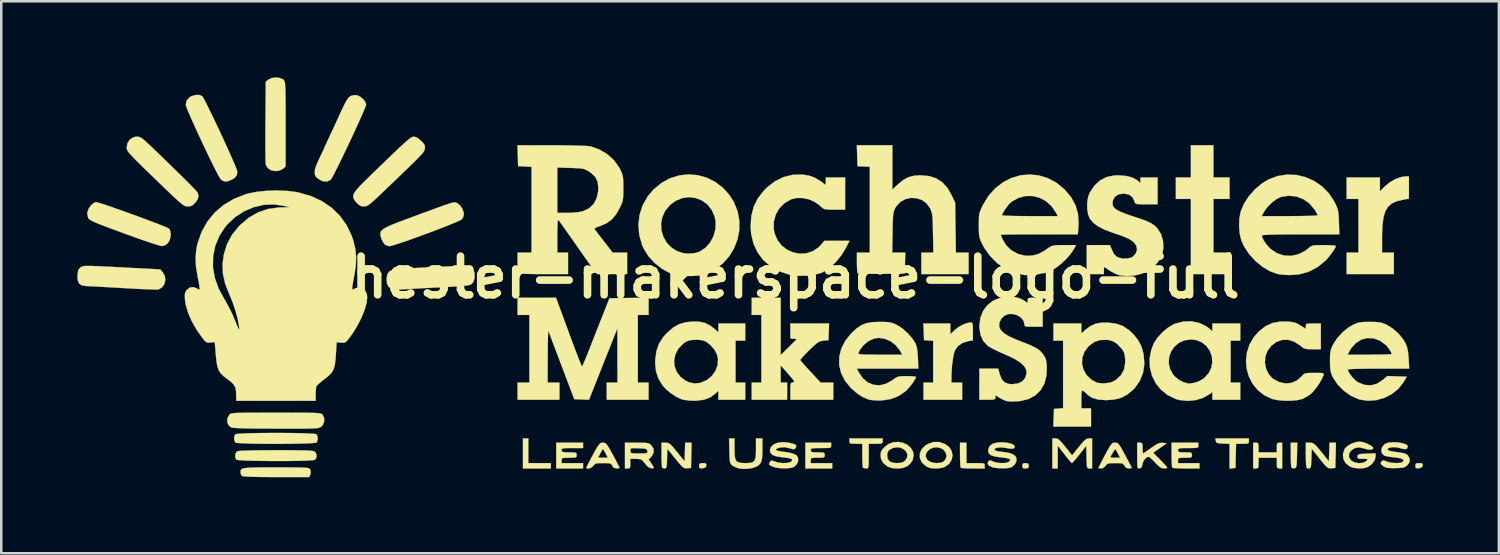
<source format=kicad_pcb>
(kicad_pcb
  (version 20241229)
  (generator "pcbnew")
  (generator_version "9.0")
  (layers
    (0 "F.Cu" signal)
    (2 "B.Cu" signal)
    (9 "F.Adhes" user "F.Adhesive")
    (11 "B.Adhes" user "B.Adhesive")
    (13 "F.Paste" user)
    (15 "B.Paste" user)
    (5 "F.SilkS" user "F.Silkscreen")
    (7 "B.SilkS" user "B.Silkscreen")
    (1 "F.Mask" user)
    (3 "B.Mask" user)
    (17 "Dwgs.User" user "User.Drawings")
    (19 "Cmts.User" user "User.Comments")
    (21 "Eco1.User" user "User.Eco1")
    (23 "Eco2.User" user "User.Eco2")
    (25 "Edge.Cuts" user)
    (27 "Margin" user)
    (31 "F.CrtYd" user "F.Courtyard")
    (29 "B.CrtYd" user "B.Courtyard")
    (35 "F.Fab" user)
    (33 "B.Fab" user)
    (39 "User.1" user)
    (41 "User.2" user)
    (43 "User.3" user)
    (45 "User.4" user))
  (footprint "rochester-makerspace-logo-full"
    (layer "F.Cu")
    (at 26.497 7.882)
    (property "Reference" "rochester-makerspace-logo-full" (at 0 0 0) (layer "F.SilkS") (effects (font (size 1.524 1.524) (thickness 0.3))))
    (attr through_hole)
    (fp_poly (pts (xy -8.721 7.324) (xy -7.832 7.324) (xy -7.832 7.535) (xy -8.932 7.535) (xy -8.932 6.35) (xy -8.721 6.35) (xy -8.721 7.324)) (stroke (width 0.01) (type solid)) (fill yes) (layer "F.SilkS"))
    (fp_poly (pts (xy -1.738 7.33) (xy -1.701 7.361) (xy -1.701 7.419) (xy -1.733 7.491) (xy -1.819 7.523) (xy -1.852 7.527) (xy -1.947 7.529) (xy -1.984 7.495) (xy -1.99 7.432) (xy -1.979 7.359) (xy -1.932 7.329) (xy -1.839 7.324) (xy -1.738 7.33)) (stroke (width 0.01) (type solid)) (fill yes) (layer "F.SilkS"))
    (fp_poly (pts (xy 10.97 7.335) (xy 11.004 7.383) (xy 11.007 7.429) (xy 10.993 7.505) (xy 10.935 7.533) (xy 10.88 7.535) (xy 10.789 7.524) (xy 10.756 7.476) (xy 10.753 7.429) (xy 10.766 7.354) (xy 10.824 7.326) (xy 10.88 7.324) (xy 10.97 7.335)) (stroke (width 0.01) (type solid)) (fill yes) (layer "F.SilkS"))
    (fp_poly (pts (xy 26.498 7.33) (xy 26.536 7.361) (xy 26.535 7.419) (xy 26.503 7.491) (xy 26.417 7.523) (xy 26.384 7.527) (xy 26.29 7.529) (xy 26.252 7.495) (xy 26.247 7.432) (xy 26.257 7.359) (xy 26.305 7.329) (xy 26.398 7.324) (xy 26.498 7.33)) (stroke (width 0.01) (type solid)) (fill yes) (layer "F.SilkS"))
    (fp_poly (pts (xy 18.288 -3.937) (xy 18.923 -3.937) (xy 18.923 -3.09) (xy 18.288 -3.09) (xy 18.288 -0.974) (xy 18.965 -0.974) (xy 18.965 -0.127) (xy 17.399 -0.127) (xy 17.399 -3.09) (xy 16.806 -3.09) (xy 16.806 -3.937) (xy 17.399 -3.937) (xy 17.399 -5.207) (xy 18.288 -5.207) (xy 18.288 -3.937)) (stroke (width 0.01) (type solid)) (fill yes) (layer "F.SilkS"))
    (fp_poly (pts (xy 21.581 7.017) (xy 21.575 7.229) (xy 21.567 7.371) (xy 21.554 7.458) (xy 21.534 7.503) (xy 21.503 7.522) (xy 21.482 7.527) (xy 21.398 7.524) (xy 21.366 7.509) (xy 21.354 7.457) (xy 21.344 7.338) (xy 21.338 7.172) (xy 21.336 6.999) (xy 21.336 6.519) (xy 21.593 6.519) (xy 21.581 7.017)) (stroke (width 0.01) (type solid)) (fill yes) (layer "F.SilkS"))
    (fp_poly (pts (xy 8.551 7.324) (xy 8.911 7.324) (xy 9.085 7.325) (xy 9.192 7.331) (xy 9.247 7.347) (xy 9.268 7.379) (xy 9.271 7.429) (xy 9.271 7.535) (xy 8.812 7.535) (xy 8.623 7.533) (xy 8.466 7.526) (xy 8.361 7.516) (xy 8.326 7.507) (xy 8.314 7.456) (xy 8.305 7.338) (xy 8.299 7.172) (xy 8.297 6.999) (xy 8.297 6.519) (xy 8.551 6.519) (xy 8.551 7.324)) (stroke (width 0.01) (type solid)) (fill yes) (layer "F.SilkS"))
    (fp_poly (pts (xy 19.685 6.456) (xy 19.68 6.515) (xy 19.65 6.546) (xy 19.576 6.559) (xy 19.439 6.562) (xy 19.432 6.562) (xy 19.18 6.562) (xy 19.168 7.038) (xy 19.156 7.514) (xy 19.039 7.528) (xy 18.923 7.541) (xy 18.923 6.566) (xy 18.658 6.553) (xy 18.512 6.543) (xy 18.43 6.525) (xy 18.393 6.492) (xy 18.38 6.445) (xy 18.367 6.35) (xy 19.685 6.35) (xy 19.685 6.456)) (stroke (width 0.01) (type solid)) (fill yes) (layer "F.SilkS"))
    (fp_poly (pts (xy 25.993 -3.099) (xy 25.736 -3.054) (xy 25.503 -2.997) (xy 25.317 -2.91) (xy 25.174 -2.785) (xy 25.068 -2.614) (xy 24.997 -2.389) (xy 24.954 -2.101) (xy 24.936 -1.741) (xy 24.934 -1.58) (xy 24.934 -0.974) (xy 25.4 -0.974) (xy 25.4 -0.127) (xy 23.537 -0.127) (xy 23.537 -0.974) (xy 24.003 -0.974) (xy 24.003 -3.09) (xy 23.537 -3.09) (xy 23.537 -3.937) (xy 24.85 -3.937) (xy 24.85 -3.391) (xy 25.053 -3.594) (xy 25.243 -3.749) (xy 25.465 -3.873) (xy 25.69 -3.954) (xy 25.867 -3.979) (xy 25.993 -3.979) (xy 25.993 -3.099)) (stroke (width 0.01) (type solid)) (fill yes) (layer "F.SilkS"))
    (fp_poly (pts (xy 20.025 6.527) (xy 20.056 6.566) (xy 20.066 6.658) (xy 20.066 6.71) (xy 20.066 6.9) (xy 20.786 6.9) (xy 20.786 6.71) (xy 20.79 6.592) (xy 20.812 6.537) (xy 20.863 6.52) (xy 20.892 6.519) (xy 20.997 6.519) (xy 20.997 7.535) (xy 20.892 7.535) (xy 20.829 7.528) (xy 20.797 7.493) (xy 20.787 7.409) (xy 20.786 7.324) (xy 20.786 7.112) (xy 20.066 7.112) (xy 20.066 7.324) (xy 20.063 7.449) (xy 20.045 7.512) (xy 20.003 7.533) (xy 19.96 7.535) (xy 19.854 7.535) (xy 19.854 6.519) (xy 19.96 6.519) (xy 20.025 6.527)) (stroke (width 0.01) (type solid)) (fill yes) (layer "F.SilkS"))
    (fp_poly (pts (xy 5.249 6.456) (xy 5.245 6.513) (xy 5.217 6.544) (xy 5.149 6.558) (xy 5.019 6.562) (xy 4.974 6.562) (xy 4.699 6.562) (xy 4.699 7.048) (xy 4.698 7.257) (xy 4.695 7.396) (xy 4.685 7.478) (xy 4.666 7.52) (xy 4.636 7.534) (xy 4.6 7.535) (xy 4.511 7.524) (xy 4.473 7.507) (xy 4.462 7.456) (xy 4.452 7.338) (xy 4.447 7.173) (xy 4.445 7.02) (xy 4.445 6.562) (xy 4.191 6.562) (xy 4.05 6.559) (xy 3.974 6.547) (xy 3.943 6.517) (xy 3.937 6.46) (xy 3.937 6.456) (xy 3.937 6.35) (xy 5.249 6.35) (xy 5.249 6.456)) (stroke (width 0.01) (type solid)) (fill yes) (layer "F.SilkS"))
    (fp_poly (pts (xy -18.295 7.493) (xy -18.004 7.494) (xy -17.78 7.497) (xy -17.612 7.501) (xy -17.493 7.508) (xy -17.414 7.518) (xy -17.364 7.531) (xy -17.335 7.549) (xy -17.318 7.571) (xy -17.316 7.575) (xy -17.296 7.7) (xy -17.313 7.765) (xy -17.355 7.874) (xy -18.659 7.874) (xy -19.06 7.873) (xy -19.381 7.87) (xy -19.63 7.864) (xy -19.812 7.856) (xy -19.933 7.845) (xy -20 7.832) (xy -20.015 7.823) (xy -20.058 7.741) (xy -20.066 7.684) (xy -20.063 7.632) (xy -20.05 7.59) (xy -20.018 7.558) (xy -19.958 7.534) (xy -19.861 7.517) (xy -19.72 7.505) (xy -19.526 7.498) (xy -19.271 7.494) (xy -18.945 7.493) (xy -18.662 7.493) (xy -18.295 7.493)) (stroke (width 0.01) (type solid)) (fill yes) (layer "F.SilkS"))
    (fp_poly (pts (xy 8.766 1.787) (xy 8.789 1.824) (xy 8.801 1.907) (xy 8.805 2.051) (xy 8.805 2.132) (xy 8.805 2.487) (xy 8.627 2.515) (xy 8.393 2.587) (xy 8.211 2.716) (xy 8.105 2.868) (xy 8.056 3.015) (xy 8.015 3.225) (xy 7.983 3.479) (xy 7.965 3.757) (xy 7.961 3.905) (xy 7.959 4.149) (xy 8.382 4.149) (xy 8.382 4.826) (xy 6.858 4.826) (xy 6.858 4.149) (xy 7.239 4.149) (xy 7.239 2.503) (xy 7.059 2.49) (xy 6.879 2.477) (xy 6.867 2.148) (xy 6.854 1.82) (xy 7.916 1.82) (xy 7.916 2.244) (xy 8.087 2.078) (xy 8.242 1.958) (xy 8.428 1.858) (xy 8.613 1.794) (xy 8.728 1.778) (xy 8.766 1.787)) (stroke (width 0.01) (type solid)) (fill yes) (layer "F.SilkS"))
    (fp_poly (pts (xy -18.522 -7.861) (xy -18.395 -7.808) (xy -18.373 -7.789) (xy -18.351 -7.765) (xy -18.334 -7.734) (xy -18.32 -7.688) (xy -18.309 -7.618) (xy -18.301 -7.517) (xy -18.296 -7.376) (xy -18.292 -7.187) (xy -18.289 -6.942) (xy -18.288 -6.632) (xy -18.288 -6.25) (xy -18.288 -6.04) (xy -18.288 -4.375) (xy -18.386 -4.283) (xy -18.516 -4.212) (xy -18.678 -4.188) (xy -18.84 -4.212) (xy -18.957 -4.277) (xy -19.033 -4.372) (xy -19.072 -4.457) (xy -19.077 -4.519) (xy -19.081 -4.657) (xy -19.084 -4.859) (xy -19.086 -5.115) (xy -19.086 -5.416) (xy -19.086 -5.752) (xy -19.084 -6.112) (xy -19.083 -6.132) (xy -19.071 -7.712) (xy -18.971 -7.793) (xy -18.844 -7.854) (xy -18.683 -7.877) (xy -18.522 -7.861)) (stroke (width 0.01) (type solid)) (fill yes) (layer "F.SilkS"))
    (fp_poly (pts (xy -6.562 6.731) (xy -6.985 6.731) (xy -7.178 6.732) (xy -7.301 6.738) (xy -7.37 6.751) (xy -7.401 6.774) (xy -7.408 6.811) (xy -7.408 6.816) (xy -7.4 6.86) (xy -7.364 6.886) (xy -7.282 6.897) (xy -7.136 6.9) (xy -7.112 6.9) (xy -6.957 6.902) (xy -6.869 6.911) (xy -6.828 6.934) (xy -6.816 6.978) (xy -6.816 7.006) (xy -6.82 7.061) (xy -6.845 7.093) (xy -6.91 7.108) (xy -7.033 7.112) (xy -7.112 7.112) (xy -7.267 7.114) (xy -7.355 7.123) (xy -7.396 7.146) (xy -7.408 7.19) (xy -7.408 7.218) (xy -7.408 7.324) (xy -6.562 7.324) (xy -6.562 7.535) (xy -7.62 7.535) (xy -7.62 6.519) (xy -6.562 6.519) (xy -6.562 6.731)) (stroke (width 0.01) (type solid)) (fill yes) (layer "F.SilkS"))
    (fp_poly (pts (xy -2.295 7.017) (xy -2.307 7.514) (xy -2.457 7.527) (xy -2.524 7.529) (xy -2.581 7.514) (xy -2.642 7.472) (xy -2.721 7.393) (xy -2.829 7.264) (xy -2.923 7.149) (xy -3.239 6.758) (xy -3.251 7.147) (xy -3.258 7.331) (xy -3.269 7.447) (xy -3.288 7.509) (xy -3.317 7.533) (xy -3.339 7.535) (xy -3.419 7.521) (xy -3.443 7.507) (xy -3.454 7.456) (xy -3.463 7.338) (xy -3.469 7.172) (xy -3.471 6.999) (xy -3.471 6.519) (xy -3.313 6.519) (xy -3.239 6.524) (xy -3.177 6.545) (xy -3.111 6.594) (xy -3.026 6.683) (xy -2.91 6.823) (xy -2.857 6.887) (xy -2.561 7.255) (xy -2.549 6.887) (xy -2.537 6.519) (xy -2.283 6.519) (xy -2.295 7.017)) (stroke (width 0.01) (type solid)) (fill yes) (layer "F.SilkS"))
    (fp_poly (pts (xy 23.105 7.017) (xy 23.093 7.514) (xy 22.94 7.527) (xy 22.872 7.529) (xy 22.815 7.516) (xy 22.755 7.475) (xy 22.678 7.397) (xy 22.573 7.271) (xy 22.474 7.148) (xy 22.162 6.756) (xy 22.149 7.146) (xy 22.142 7.33) (xy 22.131 7.446) (xy 22.112 7.508) (xy 22.084 7.533) (xy 22.061 7.535) (xy 21.981 7.521) (xy 21.957 7.507) (xy 21.946 7.456) (xy 21.937 7.338) (xy 21.931 7.172) (xy 21.929 6.999) (xy 21.929 6.519) (xy 22.087 6.519) (xy 22.161 6.524) (xy 22.223 6.545) (xy 22.289 6.594) (xy 22.374 6.683) (xy 22.49 6.823) (xy 22.543 6.887) (xy 22.839 7.255) (xy 22.851 6.887) (xy 22.863 6.519) (xy 23.117 6.519) (xy 23.105 7.017)) (stroke (width 0.01) (type solid)) (fill yes) (layer "F.SilkS"))
    (fp_poly (pts (xy 12.128 6.36) (xy 12.195 6.398) (xy 12.277 6.476) (xy 12.388 6.606) (xy 12.45 6.684) (xy 12.714 7.018) (xy 12.984 6.684) (xy 13.114 6.528) (xy 13.209 6.428) (xy 13.282 6.373) (xy 13.347 6.352) (xy 13.379 6.35) (xy 13.504 6.35) (xy 13.504 7.535) (xy 13.4 7.535) (xy 13.353 7.532) (xy 13.323 7.514) (xy 13.304 7.464) (xy 13.294 7.369) (xy 13.287 7.213) (xy 13.284 7.091) (xy 13.271 6.647) (xy 13.004 6.985) (xy 12.889 7.126) (xy 12.793 7.238) (xy 12.728 7.307) (xy 12.708 7.322) (xy 12.671 7.29) (xy 12.596 7.204) (xy 12.495 7.08) (xy 12.414 6.976) (xy 12.15 6.632) (xy 12.15 7.535) (xy 11.938 7.535) (xy 11.938 6.35) (xy 12.062 6.35) (xy 12.128 6.36)) (stroke (width 0.01) (type solid)) (fill yes) (layer "F.SilkS"))
    (fp_poly (pts (xy -0.593 6.771) (xy -0.588 6.996) (xy -0.566 7.151) (xy -0.516 7.247) (xy -0.427 7.3) (xy -0.289 7.32) (xy -0.145 7.324) (xy 0.016 7.317) (xy 0.127 7.29) (xy 0.197 7.228) (xy 0.236 7.118) (xy 0.251 6.948) (xy 0.254 6.759) (xy 0.254 6.35) (xy 0.508 6.35) (xy 0.508 6.785) (xy 0.503 7.022) (xy 0.484 7.191) (xy 0.444 7.309) (xy 0.378 7.392) (xy 0.28 7.457) (xy 0.262 7.467) (xy 0.093 7.523) (xy -0.116 7.551) (xy -0.326 7.547) (xy -0.394 7.537) (xy -0.535 7.493) (xy -0.661 7.427) (xy -0.669 7.421) (xy -0.718 7.381) (xy -0.751 7.336) (xy -0.772 7.27) (xy -0.784 7.165) (xy -0.791 7.005) (xy -0.795 6.843) (xy -0.807 6.35) (xy -0.593 6.35) (xy -0.593 6.771)) (stroke (width 0.01) (type solid)) (fill yes) (layer "F.SilkS"))
    (fp_poly (pts (xy 3.217 6.625) (xy 3.215 6.674) (xy 3.196 6.705) (xy 3.145 6.722) (xy 3.046 6.729) (xy 2.883 6.731) (xy 2.815 6.731) (xy 2.628 6.732) (xy 2.51 6.738) (xy 2.446 6.752) (xy 2.418 6.778) (xy 2.413 6.816) (xy 2.422 6.861) (xy 2.46 6.887) (xy 2.546 6.898) (xy 2.688 6.9) (xy 2.836 6.902) (xy 2.918 6.913) (xy 2.954 6.939) (xy 2.963 6.989) (xy 2.963 7.006) (xy 2.959 7.063) (xy 2.931 7.095) (xy 2.863 7.109) (xy 2.733 7.112) (xy 2.688 7.112) (xy 2.54 7.114) (xy 2.458 7.124) (xy 2.422 7.151) (xy 2.413 7.201) (xy 2.413 7.218) (xy 2.413 7.324) (xy 3.26 7.324) (xy 3.26 7.535) (xy 2.201 7.535) (xy 2.201 6.519) (xy 3.217 6.519) (xy 3.217 6.625)) (stroke (width 0.01) (type solid)) (fill yes) (layer "F.SilkS"))
    (fp_poly (pts (xy -18.434 6.135) (xy -18.121 6.138) (xy -17.827 6.142) (xy -17.566 6.149) (xy -17.348 6.158) (xy -17.185 6.168) (xy -17.089 6.181) (xy -17.069 6.189) (xy -17.026 6.281) (xy -17.023 6.4) (xy -17.059 6.5) (xy -17.069 6.511) (xy -17.124 6.525) (xy -17.253 6.537) (xy -17.442 6.547) (xy -17.682 6.554) (xy -17.959 6.56) (xy -18.263 6.564) (xy -18.582 6.565) (xy -18.904 6.565) (xy -19.217 6.562) (xy -19.511 6.558) (xy -19.772 6.551) (xy -19.99 6.542) (xy -20.153 6.532) (xy -20.249 6.519) (xy -20.269 6.511) (xy -20.308 6.432) (xy -20.32 6.35) (xy -20.302 6.247) (xy -20.269 6.189) (xy -20.214 6.175) (xy -20.085 6.163) (xy -19.896 6.153) (xy -19.656 6.146) (xy -19.379 6.14) (xy -19.075 6.136) (xy -18.756 6.135) (xy -18.434 6.135)) (stroke (width 0.01) (type solid)) (fill yes) (layer "F.SilkS"))
    (fp_poly (pts (xy -18.257 6.816) (xy -17.937 6.818) (xy -17.685 6.82) (xy -17.492 6.825) (xy -17.35 6.832) (xy -17.25 6.841) (xy -17.185 6.853) (xy -17.145 6.869) (xy -17.127 6.882) (xy -17.07 6.984) (xy -17.069 7.096) (xy -17.123 7.183) (xy -17.142 7.195) (xy -17.208 7.208) (xy -17.345 7.219) (xy -17.541 7.228) (xy -17.784 7.234) (xy -18.063 7.239) (xy -18.366 7.241) (xy -18.681 7.241) (xy -18.996 7.24) (xy -19.299 7.236) (xy -19.578 7.231) (xy -19.822 7.224) (xy -20.019 7.214) (xy -20.157 7.203) (xy -20.224 7.19) (xy -20.227 7.188) (xy -20.273 7.094) (xy -20.271 6.98) (xy -20.227 6.885) (xy -20.196 6.859) (xy -20.128 6.847) (xy -19.98 6.836) (xy -19.756 6.827) (xy -19.46 6.821) (xy -19.095 6.817) (xy -18.667 6.816) (xy -18.654 6.816) (xy -18.257 6.816)) (stroke (width 0.01) (type solid)) (fill yes) (layer "F.SilkS"))
    (fp_poly (pts (xy -25.952 -0.448) (xy -25.767 -0.442) (xy -25.524 -0.431) (xy -25.217 -0.416) (xy -24.836 -0.396) (xy -24.745 -0.391) (xy -23.228 -0.311) (xy -23.129 -0.195) (xy -23.049 -0.05) (xy -23.032 0.112) (xy -23.07 0.267) (xy -23.157 0.394) (xy -23.287 0.471) (xy -23.326 0.48) (xy -23.393 0.482) (xy -23.534 0.479) (xy -23.737 0.472) (xy -23.99 0.461) (xy -24.282 0.447) (xy -24.602 0.429) (xy -24.723 0.422) (xy -25.053 0.403) (xy -25.362 0.385) (xy -25.639 0.37) (xy -25.871 0.357) (xy -26.047 0.348) (xy -26.154 0.343) (xy -26.173 0.342) (xy -26.335 0.314) (xy -26.438 0.232) (xy -26.487 0.091) (xy -26.492 -0.072) (xy -26.478 -0.219) (xy -26.446 -0.312) (xy -26.387 -0.377) (xy -26.37 -0.39) (xy -26.34 -0.411) (xy -26.305 -0.428) (xy -26.258 -0.44) (xy -26.189 -0.447) (xy -26.09 -0.45) (xy -25.952 -0.448)) (stroke (width 0.01) (type solid)) (fill yes) (layer "F.SilkS"))
    (fp_poly (pts (xy 7.692 6.566) (xy 7.864 6.688) (xy 7.967 6.844) (xy 8.002 7.018) (xy 7.969 7.192) (xy 7.868 7.35) (xy 7.703 7.473) (xy 7.592 7.508) (xy 7.438 7.531) (xy 7.336 7.535) (xy 7.162 7.525) (xy 7.031 7.486) (xy 6.933 7.429) (xy 6.787 7.287) (xy 6.714 7.122) (xy 6.714 7.063) (xy 6.945 7.063) (xy 6.995 7.178) (xy 7.054 7.236) (xy 7.186 7.298) (xy 7.357 7.324) (xy 7.526 7.312) (xy 7.625 7.279) (xy 7.727 7.184) (xy 7.765 7.059) (xy 7.741 6.926) (xy 7.656 6.807) (xy 7.573 6.75) (xy 7.417 6.701) (xy 7.266 6.708) (xy 7.131 6.759) (xy 7.025 6.843) (xy 6.959 6.948) (xy 6.945 7.063) (xy 6.714 7.063) (xy 6.713 6.948) (xy 6.782 6.782) (xy 6.92 6.637) (xy 7.026 6.572) (xy 7.253 6.492) (xy 7.472 6.491) (xy 7.692 6.566)) (stroke (width 0.01) (type solid)) (fill yes) (layer "F.SilkS"))
    (fp_poly (pts (xy -25.691 -2.949) (xy -25.558 -2.909) (xy -25.369 -2.847) (xy -25.137 -2.768) (xy -24.871 -2.675) (xy -24.584 -2.573) (xy -24.287 -2.465) (xy -23.991 -2.357) (xy -23.707 -2.251) (xy -23.448 -2.153) (xy -23.224 -2.066) (xy -23.046 -1.995) (xy -22.927 -1.943) (xy -22.877 -1.916) (xy -22.84 -1.838) (xy -22.819 -1.715) (xy -22.818 -1.672) (xy -22.848 -1.492) (xy -22.93 -1.347) (xy -23.049 -1.256) (xy -23.171 -1.232) (xy -23.241 -1.248) (xy -23.381 -1.289) (xy -23.58 -1.354) (xy -23.827 -1.437) (xy -24.111 -1.536) (xy -24.424 -1.648) (xy -24.659 -1.733) (xy -25.028 -1.869) (xy -25.325 -1.979) (xy -25.558 -2.068) (xy -25.736 -2.14) (xy -25.866 -2.197) (xy -25.957 -2.242) (xy -26.016 -2.281) (xy -26.052 -2.315) (xy -26.07 -2.344) (xy -26.105 -2.491) (xy -26.098 -2.585) (xy -26.042 -2.725) (xy -25.95 -2.85) (xy -25.843 -2.937) (xy -25.757 -2.963) (xy -25.691 -2.949)) (stroke (width 0.01) (type solid)) (fill yes) (layer "F.SilkS"))
    (fp_poly (pts (xy -21.578 -7.144) (xy -21.542 -7.092) (xy -21.477 -6.974) (xy -21.388 -6.8) (xy -21.279 -6.58) (xy -21.155 -6.324) (xy -21.022 -6.045) (xy -20.883 -5.751) (xy -20.745 -5.454) (xy -20.613 -5.164) (xy -20.49 -4.892) (xy -20.382 -4.648) (xy -20.294 -4.443) (xy -20.231 -4.288) (xy -20.197 -4.193) (xy -20.193 -4.172) (xy -20.211 -4.033) (xy -20.277 -3.935) (xy -20.408 -3.851) (xy -20.57 -3.784) (xy -20.694 -3.777) (xy -20.803 -3.83) (xy -20.842 -3.863) (xy -20.884 -3.923) (xy -20.955 -4.05) (xy -21.05 -4.231) (xy -21.163 -4.457) (xy -21.291 -4.717) (xy -21.427 -5) (xy -21.567 -5.296) (xy -21.705 -5.592) (xy -21.838 -5.88) (xy -21.958 -6.147) (xy -22.062 -6.384) (xy -22.145 -6.579) (xy -22.201 -6.721) (xy -22.225 -6.801) (xy -22.225 -6.808) (xy -22.187 -6.972) (xy -22.073 -7.097) (xy -22.014 -7.133) (xy -21.852 -7.187) (xy -21.694 -7.189) (xy -21.578 -7.144)) (stroke (width 0.01) (type solid)) (fill yes) (layer "F.SilkS"))
    (fp_poly (pts (xy 6.056 6.526) (xy 6.221 6.603) (xy 6.353 6.716) (xy 6.44 6.857) (xy 6.47 7.02) (xy 6.43 7.2) (xy 6.42 7.223) (xy 6.334 7.345) (xy 6.22 7.446) (xy 6.213 7.451) (xy 6.048 7.513) (xy 5.845 7.537) (xy 5.638 7.523) (xy 5.463 7.47) (xy 5.434 7.454) (xy 5.27 7.319) (xy 5.183 7.156) (xy 5.165 7.013) (xy 5.167 6.993) (xy 5.427 6.993) (xy 5.442 7.151) (xy 5.519 7.256) (xy 5.663 7.312) (xy 5.808 7.324) (xy 5.966 7.312) (xy 6.073 7.272) (xy 6.125 7.232) (xy 6.21 7.11) (xy 6.223 6.987) (xy 6.178 6.873) (xy 6.085 6.78) (xy 5.957 6.718) (xy 5.807 6.698) (xy 5.646 6.731) (xy 5.59 6.756) (xy 5.487 6.826) (xy 5.439 6.911) (xy 5.427 6.993) (xy 5.167 6.993) (xy 5.178 6.896) (xy 5.228 6.797) (xy 5.325 6.688) (xy 5.494 6.564) (xy 5.68 6.5) (xy 5.871 6.489) (xy 6.056 6.526)) (stroke (width 0.01) (type solid)) (fill yes) (layer "F.SilkS"))
    (fp_poly (pts (xy 17.695 6.625) (xy 17.693 6.674) (xy 17.674 6.705) (xy 17.623 6.722) (xy 17.524 6.729) (xy 17.361 6.731) (xy 17.293 6.731) (xy 17.106 6.732) (xy 16.988 6.738) (xy 16.924 6.752) (xy 16.896 6.778) (xy 16.891 6.816) (xy 16.9 6.861) (xy 16.938 6.887) (xy 17.024 6.898) (xy 17.166 6.9) (xy 17.314 6.902) (xy 17.396 6.913) (xy 17.432 6.939) (xy 17.441 6.989) (xy 17.441 7.006) (xy 17.437 7.063) (xy 17.409 7.095) (xy 17.341 7.109) (xy 17.211 7.112) (xy 17.166 7.112) (xy 17.018 7.114) (xy 16.936 7.124) (xy 16.9 7.151) (xy 16.891 7.201) (xy 16.891 7.218) (xy 16.891 7.324) (xy 17.738 7.324) (xy 17.738 7.535) (xy 17.216 7.535) (xy 17.013 7.533) (xy 16.843 7.527) (xy 16.721 7.518) (xy 16.666 7.508) (xy 16.665 7.507) (xy 16.654 7.456) (xy 16.645 7.338) (xy 16.639 7.172) (xy 16.637 6.999) (xy 16.637 6.519) (xy 17.695 6.519) (xy 17.695 6.625)) (stroke (width 0.01) (type solid)) (fill yes) (layer "F.SilkS"))
    (fp_poly (pts (xy -24.084 -5.541) (xy -24.02 -5.519) (xy -23.945 -5.474) (xy -23.846 -5.394) (xy -23.712 -5.273) (xy -23.531 -5.101) (xy -23.522 -5.092) (xy -23.137 -4.721) (xy -22.793 -4.387) (xy -22.492 -4.093) (xy -22.239 -3.843) (xy -22.035 -3.639) (xy -21.885 -3.485) (xy -21.791 -3.383) (xy -21.757 -3.34) (xy -21.72 -3.209) (xy -21.754 -3.075) (xy -21.848 -2.944) (xy -21.949 -2.846) (xy -22.044 -2.802) (xy -22.146 -2.794) (xy -22.191 -2.796) (xy -22.236 -2.806) (xy -22.289 -2.83) (xy -22.355 -2.874) (xy -22.441 -2.942) (xy -22.553 -3.041) (xy -22.7 -3.175) (xy -22.886 -3.352) (xy -23.119 -3.576) (xy -23.406 -3.853) (xy -23.432 -3.879) (xy -23.723 -4.16) (xy -23.959 -4.39) (xy -24.145 -4.573) (xy -24.288 -4.717) (xy -24.392 -4.829) (xy -24.465 -4.914) (xy -24.512 -4.979) (xy -24.538 -5.03) (xy -24.55 -5.075) (xy -24.553 -5.119) (xy -24.553 -5.131) (xy -24.516 -5.305) (xy -24.415 -5.443) (xy -24.267 -5.528) (xy -24.15 -5.546) (xy -24.084 -5.541)) (stroke (width 0.01) (type solid)) (fill yes) (layer "F.SilkS"))
    (fp_poly (pts (xy -11.579 -2.948) (xy -11.55 -2.936) (xy -11.525 -2.925) (xy -11.413 -2.841) (xy -11.321 -2.704) (xy -11.267 -2.548) (xy -11.261 -2.48) (xy -11.288 -2.371) (xy -11.335 -2.291) (xy -11.391 -2.257) (xy -11.516 -2.198) (xy -11.698 -2.121) (xy -11.926 -2.029) (xy -12.188 -1.927) (xy -12.473 -1.818) (xy -12.77 -1.707) (xy -13.066 -1.599) (xy -13.352 -1.496) (xy -13.614 -1.404) (xy -13.843 -1.328) (xy -14.025 -1.27) (xy -14.151 -1.236) (xy -14.2 -1.228) (xy -14.313 -1.257) (xy -14.391 -1.31) (xy -14.456 -1.404) (xy -14.514 -1.533) (xy -14.525 -1.565) (xy -14.548 -1.654) (xy -14.554 -1.73) (xy -14.536 -1.798) (xy -14.486 -1.862) (xy -14.397 -1.928) (xy -14.262 -1.999) (xy -14.073 -2.082) (xy -13.823 -2.181) (xy -13.504 -2.301) (xy -13.3 -2.376) (xy -12.897 -2.525) (xy -12.565 -2.647) (xy -12.297 -2.745) (xy -12.086 -2.821) (xy -11.924 -2.877) (xy -11.803 -2.916) (xy -11.716 -2.94) (xy -11.655 -2.952) (xy -11.612 -2.954) (xy -11.579 -2.948)) (stroke (width 0.01) (type solid)) (fill yes) (layer "F.SilkS"))
    (fp_poly (pts (xy -11.167 -0.441) (xy -11.062 -0.429) (xy -10.99 -0.409) (xy -10.941 -0.38) (xy -10.907 -0.342) (xy -10.881 -0.298) (xy -10.839 -0.158) (xy -10.838 0.005) (xy -10.875 0.154) (xy -10.933 0.244) (xy -10.965 0.27) (xy -11.006 0.291) (xy -11.067 0.309) (xy -11.157 0.324) (xy -11.285 0.338) (xy -11.461 0.352) (xy -11.694 0.367) (xy -11.995 0.383) (xy -12.298 0.399) (xy -12.63 0.416) (xy -12.946 0.433) (xy -13.232 0.449) (xy -13.476 0.463) (xy -13.664 0.475) (xy -13.784 0.483) (xy -13.801 0.484) (xy -13.954 0.487) (xy -14.077 0.471) (xy -14.118 0.456) (xy -14.23 0.368) (xy -14.29 0.247) (xy -14.307 0.074) (xy -14.282 -0.11) (xy -14.2 -0.234) (xy -14.057 -0.303) (xy -14.004 -0.313) (xy -13.929 -0.32) (xy -13.78 -0.331) (xy -13.569 -0.344) (xy -13.307 -0.359) (xy -13.006 -0.376) (xy -12.677 -0.393) (xy -12.48 -0.403) (xy -12.083 -0.422) (xy -11.762 -0.436) (xy -11.509 -0.444) (xy -11.313 -0.446) (xy -11.167 -0.441)) (stroke (width 0.01) (type solid)) (fill yes) (layer "F.SilkS"))
    (fp_poly (pts (xy -18.235 5.334) (xy -17.878 5.335) (xy -17.589 5.337) (xy -17.362 5.34) (xy -17.188 5.344) (xy -17.06 5.351) (xy -16.969 5.359) (xy -16.908 5.371) (xy -16.868 5.385) (xy -16.843 5.402) (xy -16.834 5.411) (xy -16.771 5.538) (xy -16.768 5.687) (xy -16.822 5.824) (xy -16.876 5.881) (xy -16.906 5.903) (xy -16.941 5.921) (xy -16.99 5.936) (xy -17.06 5.947) (xy -17.16 5.955) (xy -17.298 5.961) (xy -17.482 5.964) (xy -17.721 5.966) (xy -18.023 5.967) (xy -18.396 5.967) (xy -18.664 5.966) (xy -19.127 5.964) (xy -19.526 5.96) (xy -19.857 5.954) (xy -20.118 5.946) (xy -20.303 5.937) (xy -20.41 5.925) (xy -20.432 5.919) (xy -20.543 5.824) (xy -20.592 5.691) (xy -20.577 5.543) (xy -20.499 5.408) (xy -20.478 5.39) (xy -20.444 5.375) (xy -20.39 5.363) (xy -20.308 5.353) (xy -20.19 5.346) (xy -20.029 5.341) (xy -19.816 5.338) (xy -19.544 5.335) (xy -19.204 5.334) (xy -18.79 5.334) (xy -18.669 5.334) (xy -18.235 5.334)) (stroke (width 0.01) (type solid)) (fill yes) (layer "F.SilkS"))
    (fp_poly (pts (xy 15.451 6.526) (xy 15.482 6.561) (xy 15.493 6.646) (xy 15.494 6.731) (xy 15.498 6.852) (xy 15.508 6.928) (xy 15.516 6.943) (xy 15.558 6.919) (xy 15.65 6.857) (xy 15.777 6.768) (xy 15.832 6.728) (xy 15.987 6.621) (xy 16.098 6.557) (xy 16.188 6.529) (xy 16.278 6.527) (xy 16.287 6.527) (xy 16.447 6.54) (xy 16.18 6.728) (xy 15.913 6.915) (xy 16.191 7.195) (xy 16.311 7.32) (xy 16.406 7.423) (xy 16.46 7.489) (xy 16.468 7.505) (xy 16.431 7.526) (xy 16.341 7.535) (xy 16.336 7.535) (xy 16.252 7.522) (xy 16.166 7.473) (xy 16.059 7.375) (xy 15.991 7.303) (xy 15.882 7.19) (xy 15.791 7.108) (xy 15.735 7.072) (xy 15.731 7.071) (xy 15.636 7.111) (xy 15.549 7.206) (xy 15.494 7.328) (xy 15.487 7.37) (xy 15.463 7.475) (xy 15.408 7.521) (xy 15.378 7.528) (xy 15.338 7.531) (xy 15.311 7.517) (xy 15.294 7.472) (xy 15.286 7.384) (xy 15.283 7.237) (xy 15.282 7.03) (xy 15.282 6.519) (xy 15.388 6.519) (xy 15.451 6.526)) (stroke (width 0.01) (type solid)) (fill yes) (layer "F.SilkS"))
    (fp_poly (pts (xy -15.468 -7.178) (xy -15.351 -7.123) (xy -15.237 -7.028) (xy -15.149 -6.919) (xy -15.113 -6.82) (xy -15.113 -6.817) (xy -15.131 -6.753) (xy -15.181 -6.624) (xy -15.26 -6.44) (xy -15.36 -6.213) (xy -15.478 -5.952) (xy -15.609 -5.668) (xy -15.747 -5.372) (xy -15.888 -5.075) (xy -16.026 -4.786) (xy -16.157 -4.518) (xy -16.275 -4.28) (xy -16.375 -4.083) (xy -16.453 -3.938) (xy -16.504 -3.855) (xy -16.515 -3.842) (xy -16.655 -3.777) (xy -16.818 -3.788) (xy -16.849 -3.798) (xy -16.927 -3.839) (xy -17.027 -3.902) (xy -17.029 -3.904) (xy -17.111 -3.988) (xy -17.145 -4.101) (xy -17.13 -4.251) (xy -17.066 -4.449) (xy -16.954 -4.694) (xy -16.875 -4.858) (xy -16.812 -4.99) (xy -16.773 -5.075) (xy -16.764 -5.098) (xy -16.747 -5.14) (xy -16.701 -5.243) (xy -16.632 -5.391) (xy -16.549 -5.57) (xy -16.547 -5.573) (xy -16.451 -5.777) (xy -16.358 -5.977) (xy -16.28 -6.146) (xy -16.235 -6.244) (xy -16.106 -6.527) (xy -16.004 -6.743) (xy -15.924 -6.9) (xy -15.86 -7.01) (xy -15.806 -7.083) (xy -15.756 -7.128) (xy -15.707 -7.154) (xy -15.58 -7.183) (xy -15.468 -7.178)) (stroke (width 0.01) (type solid)) (fill yes) (layer "F.SilkS"))
    (fp_poly (pts (xy -13.103 -5.506) (xy -12.954 -5.386) (xy -12.944 -5.376) (xy -12.846 -5.271) (xy -12.8 -5.194) (xy -12.794 -5.116) (xy -12.801 -5.069) (xy -12.809 -5.033) (xy -12.82 -4.998) (xy -12.84 -4.959) (xy -12.875 -4.911) (xy -12.929 -4.847) (xy -13.009 -4.761) (xy -13.119 -4.649) (xy -13.266 -4.504) (xy -13.454 -4.321) (xy -13.69 -4.094) (xy -13.977 -3.816) (xy -14.156 -3.645) (xy -14.413 -3.398) (xy -14.617 -3.204) (xy -14.775 -3.057) (xy -14.897 -2.949) (xy -14.989 -2.876) (xy -15.059 -2.83) (xy -15.114 -2.805) (xy -15.164 -2.795) (xy -15.199 -2.794) (xy -15.316 -2.808) (xy -15.411 -2.864) (xy -15.49 -2.944) (xy -15.56 -3.027) (xy -15.607 -3.101) (xy -15.627 -3.174) (xy -15.616 -3.254) (xy -15.568 -3.348) (xy -15.478 -3.466) (xy -15.344 -3.614) (xy -15.159 -3.802) (xy -14.919 -4.036) (xy -14.806 -4.146) (xy -14.471 -4.47) (xy -14.19 -4.741) (xy -13.96 -4.962) (xy -13.773 -5.138) (xy -13.624 -5.276) (xy -13.509 -5.378) (xy -13.421 -5.451) (xy -13.354 -5.5) (xy -13.304 -5.528) (xy -13.264 -5.542) (xy -13.229 -5.546) (xy -13.226 -5.546) (xy -13.103 -5.506)) (stroke (width 0.01) (type solid)) (fill yes) (layer "F.SilkS"))
    (fp_poly (pts (xy -5.725 6.524) (xy -5.677 6.545) (xy -5.627 6.595) (xy -5.565 6.685) (xy -5.482 6.828) (xy -5.386 7.002) (xy -5.287 7.184) (xy -5.206 7.339) (xy -5.148 7.451) (xy -5.123 7.507) (xy -5.122 7.51) (xy -5.159 7.528) (xy -5.243 7.535) (xy -5.351 7.508) (xy -5.411 7.429) (xy -5.442 7.375) (xy -5.487 7.343) (xy -5.567 7.328) (xy -5.703 7.324) (xy -5.773 7.324) (xy -5.937 7.326) (xy -6.038 7.338) (xy -6.1 7.364) (xy -6.144 7.413) (xy -6.156 7.429) (xy -6.22 7.489) (xy -6.306 7.53) (xy -6.387 7.543) (xy -6.432 7.521) (xy -6.435 7.508) (xy -6.416 7.463) (xy -6.363 7.358) (xy -6.286 7.209) (xy -6.234 7.112) (xy -5.971 7.112) (xy -5.586 7.112) (xy -5.673 6.943) (xy -5.728 6.841) (xy -5.769 6.781) (xy -5.779 6.773) (xy -5.808 6.807) (xy -5.858 6.893) (xy -5.884 6.943) (xy -5.971 7.112) (xy -6.234 7.112) (xy -6.19 7.03) (xy -6.174 7) (xy -6.066 6.803) (xy -5.987 6.668) (xy -5.928 6.585) (xy -5.879 6.54) (xy -5.83 6.522) (xy -5.782 6.519) (xy -5.725 6.524)) (stroke (width 0.01) (type solid)) (fill yes) (layer "F.SilkS"))
    (fp_poly (pts (xy 1.228 3.067) (xy 1.547 2.751) (xy 1.866 2.434) (xy 1.737 2.421) (xy 1.609 2.408) (xy 1.609 1.82) (xy 3.136 1.82) (xy 3.124 2.148) (xy 3.111 2.477) (xy 2.913 2.498) (xy 2.822 2.512) (xy 2.743 2.539) (xy 2.66 2.591) (xy 2.556 2.678) (xy 2.415 2.812) (xy 2.35 2.875) (xy 2.211 3.015) (xy 2.098 3.135) (xy 2.024 3.222) (xy 1.999 3.264) (xy 1.999 3.264) (xy 2.031 3.306) (xy 2.109 3.397) (xy 2.224 3.525) (xy 2.364 3.678) (xy 2.406 3.723) (xy 2.802 4.149) (xy 3.302 4.149) (xy 3.302 4.826) (xy 1.609 4.826) (xy 1.609 4.49) (xy 1.61 4.323) (xy 1.618 4.222) (xy 1.637 4.169) (xy 1.674 4.147) (xy 1.708 4.141) (xy 1.749 4.13) (xy 1.759 4.105) (xy 1.732 4.054) (xy 1.662 3.965) (xy 1.542 3.826) (xy 1.518 3.799) (xy 1.228 3.471) (xy 1.228 4.149) (xy 1.482 4.149) (xy 1.482 4.826) (xy 0.085 4.826) (xy 0.085 4.149) (xy 0.466 4.149) (xy 0.466 1.482) (xy 0.085 1.482) (xy 0.085 0.804) (xy 1.228 0.804) (xy 1.228 3.067)) (stroke (width 0.01) (type solid)) (fill yes) (layer "F.SilkS"))
    (fp_poly (pts (xy 24.165 6.495) (xy 24.304 6.54) (xy 24.439 6.601) (xy 24.542 6.666) (xy 24.585 6.717) (xy 24.569 6.77) (xy 24.492 6.794) (xy 24.373 6.788) (xy 24.237 6.75) (xy 24.032 6.703) (xy 23.858 6.733) (xy 23.717 6.826) (xy 23.635 6.951) (xy 23.631 7.086) (xy 23.704 7.209) (xy 23.734 7.236) (xy 23.866 7.301) (xy 24.026 7.327) (xy 24.182 7.312) (xy 24.302 7.256) (xy 24.32 7.239) (xy 24.361 7.19) (xy 24.357 7.165) (xy 24.296 7.156) (xy 24.176 7.154) (xy 24.047 7.151) (xy 23.984 7.136) (xy 23.965 7.1) (xy 23.968 7.059) (xy 23.981 7.012) (xy 24.015 6.983) (xy 24.087 6.966) (xy 24.216 6.956) (xy 24.331 6.952) (xy 24.68 6.939) (xy 24.68 7.062) (xy 24.642 7.211) (xy 24.541 7.354) (xy 24.393 7.467) (xy 24.382 7.473) (xy 24.222 7.521) (xy 24.023 7.534) (xy 23.822 7.511) (xy 23.664 7.458) (xy 23.504 7.331) (xy 23.411 7.166) (xy 23.392 6.98) (xy 23.449 6.79) (xy 23.478 6.74) (xy 23.58 6.641) (xy 23.735 6.555) (xy 23.91 6.496) (xy 24.047 6.478) (xy 24.165 6.495)) (stroke (width 0.01) (type solid)) (fill yes) (layer "F.SilkS"))
    (fp_poly (pts (xy -4.236 6.521) (xy -4.096 6.526) (xy -4.004 6.54) (xy -3.942 6.565) (xy -3.891 6.604) (xy -3.872 6.623) (xy -3.784 6.76) (xy -3.779 6.907) (xy -3.855 7.049) (xy -3.873 7.069) (xy -3.978 7.179) (xy -3.873 7.334) (xy -3.798 7.449) (xy -3.775 7.51) (xy -3.804 7.532) (xy -3.883 7.528) (xy -3.998 7.476) (xy -4.12 7.345) (xy -4.126 7.337) (xy -4.208 7.232) (xy -4.279 7.179) (xy -4.375 7.16) (xy -4.477 7.157) (xy -4.699 7.154) (xy -4.699 7.345) (xy -4.703 7.462) (xy -4.725 7.518) (xy -4.776 7.535) (xy -4.805 7.535) (xy -4.911 7.535) (xy -4.911 6.835) (xy -4.699 6.835) (xy -4.696 6.888) (xy -4.674 6.92) (xy -4.617 6.936) (xy -4.507 6.942) (xy -4.357 6.943) (xy -4.189 6.941) (xy -4.088 6.935) (xy -4.04 6.917) (xy -4.026 6.885) (xy -4.029 6.847) (xy -4.043 6.799) (xy -4.078 6.769) (xy -4.154 6.753) (xy -4.289 6.743) (xy -4.371 6.74) (xy -4.536 6.735) (xy -4.633 6.738) (xy -4.681 6.755) (xy -4.697 6.79) (xy -4.699 6.835) (xy -4.911 6.835) (xy -4.911 6.519) (xy -4.443 6.519) (xy -4.236 6.521)) (stroke (width 0.01) (type solid)) (fill yes) (layer "F.SilkS"))
    (fp_poly (pts (xy 10.118 6.516) (xy 10.284 6.549) (xy 10.402 6.598) (xy 10.455 6.658) (xy 10.456 6.67) (xy 10.436 6.732) (xy 10.366 6.758) (xy 10.235 6.749) (xy 10.137 6.731) (xy 9.957 6.706) (xy 9.804 6.709) (xy 9.697 6.737) (xy 9.652 6.788) (xy 9.652 6.794) (xy 9.688 6.83) (xy 9.801 6.859) (xy 9.959 6.88) (xy 10.207 6.917) (xy 10.379 6.974) (xy 10.484 7.053) (xy 10.524 7.134) (xy 10.517 7.264) (xy 10.447 7.39) (xy 10.332 7.482) (xy 10.303 7.495) (xy 10.18 7.52) (xy 10.008 7.53) (xy 9.819 7.525) (xy 9.65 7.505) (xy 9.583 7.489) (xy 9.444 7.429) (xy 9.385 7.355) (xy 9.408 7.268) (xy 9.41 7.265) (xy 9.455 7.219) (xy 9.508 7.219) (xy 9.59 7.258) (xy 9.716 7.3) (xy 9.874 7.321) (xy 10.033 7.321) (xy 10.167 7.299) (xy 10.247 7.257) (xy 10.276 7.202) (xy 10.253 7.162) (xy 10.168 7.132) (xy 10.012 7.108) (xy 9.893 7.095) (xy 9.667 7.063) (xy 9.515 7.013) (xy 9.431 6.94) (xy 9.404 6.838) (xy 9.406 6.807) (xy 9.457 6.662) (xy 9.576 6.564) (xy 9.764 6.513) (xy 9.92 6.503) (xy 10.118 6.516)) (stroke (width 0.01) (type solid)) (fill yes) (layer "F.SilkS"))
    (fp_poly (pts (xy 14.466 6.523) (xy 14.514 6.544) (xy 14.564 6.593) (xy 14.624 6.682) (xy 14.706 6.825) (xy 14.796 6.99) (xy 14.893 7.172) (xy 14.976 7.327) (xy 15.035 7.441) (xy 15.063 7.497) (xy 15.064 7.498) (xy 15.038 7.524) (xy 14.955 7.535) (xy 14.954 7.535) (xy 14.845 7.51) (xy 14.782 7.429) (xy 14.751 7.375) (xy 14.706 7.343) (xy 14.626 7.328) (xy 14.49 7.324) (xy 14.42 7.324) (xy 14.256 7.326) (xy 14.155 7.338) (xy 14.093 7.364) (xy 14.049 7.413) (xy 14.037 7.429) (xy 13.942 7.516) (xy 13.863 7.535) (xy 13.784 7.527) (xy 13.758 7.511) (xy 13.777 7.466) (xy 13.829 7.362) (xy 13.905 7.213) (xy 13.968 7.093) (xy 14.224 7.093) (xy 14.262 7.104) (xy 14.358 7.111) (xy 14.415 7.112) (xy 14.607 7.112) (xy 14.52 6.943) (xy 14.465 6.841) (xy 14.426 6.781) (xy 14.418 6.773) (xy 14.389 6.806) (xy 14.338 6.883) (xy 14.282 6.977) (xy 14.238 7.057) (xy 14.224 7.093) (xy 13.968 7.093) (xy 13.999 7.034) (xy 14.016 7.003) (xy 14.123 6.805) (xy 14.2 6.67) (xy 14.258 6.586) (xy 14.306 6.541) (xy 14.355 6.522) (xy 14.408 6.519) (xy 14.466 6.523)) (stroke (width 0.01) (type solid)) (fill yes) (layer "F.SilkS"))
    (fp_poly (pts (xy 1.531 6.517) (xy 1.541 6.519) (xy 1.711 6.559) (xy 1.808 6.598) (xy 1.844 6.642) (xy 1.829 6.701) (xy 1.818 6.718) (xy 1.776 6.77) (xy 1.721 6.779) (xy 1.621 6.75) (xy 1.613 6.747) (xy 1.375 6.694) (xy 1.162 6.717) (xy 1.122 6.731) (xy 1.042 6.775) (xy 1.047 6.813) (xy 1.134 6.846) (xy 1.305 6.874) (xy 1.322 6.875) (xy 1.567 6.91) (xy 1.739 6.956) (xy 1.849 7.016) (xy 1.907 7.096) (xy 1.908 7.099) (xy 1.919 7.237) (xy 1.862 7.371) (xy 1.749 7.473) (xy 1.736 7.481) (xy 1.612 7.515) (xy 1.438 7.53) (xy 1.245 7.527) (xy 1.064 7.505) (xy 0.933 7.469) (xy 0.822 7.418) (xy 0.774 7.382) (xy 0.775 7.34) (xy 0.801 7.287) (xy 0.838 7.234) (xy 0.887 7.224) (xy 0.978 7.256) (xy 0.994 7.262) (xy 1.139 7.304) (xy 1.305 7.322) (xy 1.466 7.319) (xy 1.593 7.293) (xy 1.654 7.257) (xy 1.683 7.202) (xy 1.659 7.162) (xy 1.574 7.132) (xy 1.418 7.108) (xy 1.299 7.095) (xy 1.072 7.062) (xy 0.919 7.01) (xy 0.833 6.933) (xy 0.804 6.827) (xy 0.804 6.821) (xy 0.843 6.69) (xy 0.948 6.588) (xy 1.107 6.521) (xy 1.306 6.495) (xy 1.531 6.517)) (stroke (width 0.01) (type solid)) (fill yes) (layer "F.SilkS"))
    (fp_poly (pts (xy -3.979 1.482) (xy -4.403 1.482) (xy -4.403 4.149) (xy -3.979 4.149) (xy -3.979 4.826) (xy -5.63 4.826) (xy -5.63 4.149) (xy -5.207 4.149) (xy -5.208 3.08) (xy -5.209 2.011) (xy -5.769 3.419) (xy -6.329 4.828) (xy -6.619 4.816) (xy -6.91 4.805) (xy -7.408 3.488) (xy -7.528 3.17) (xy -7.639 2.877) (xy -7.737 2.618) (xy -7.819 2.402) (xy -7.88 2.239) (xy -7.918 2.139) (xy -7.929 2.112) (xy -7.935 2.136) (xy -7.941 2.234) (xy -7.947 2.395) (xy -7.951 2.61) (xy -7.954 2.867) (xy -7.955 3.101) (xy -7.959 4.149) (xy -7.493 4.149) (xy -7.493 4.826) (xy -9.144 4.826) (xy -9.144 4.149) (xy -8.678 4.149) (xy -8.678 1.482) (xy -9.144 1.482) (xy -9.144 0.804) (xy -7.629 0.804) (xy -7.368 1.513) (xy -7.19 1.996) (xy -7.04 2.403) (xy -6.914 2.739) (xy -6.813 3.009) (xy -6.733 3.216) (xy -6.674 3.365) (xy -6.633 3.461) (xy -6.61 3.508) (xy -6.603 3.514) (xy -6.581 3.476) (xy -6.534 3.373) (xy -6.468 3.217) (xy -6.388 3.021) (xy -6.328 2.868) (xy -6.219 2.59) (xy -6.092 2.268) (xy -5.961 1.935) (xy -5.838 1.625) (xy -5.798 1.524) (xy -5.522 0.826) (xy -4.75 0.814) (xy -3.979 0.802) (xy -3.979 1.482)) (stroke (width 0.01) (type solid)) (fill yes) (layer "F.SilkS"))
    (fp_poly (pts (xy 25.516 6.506) (xy 25.683 6.528) (xy 25.824 6.565) (xy 25.92 6.613) (xy 25.95 6.664) (xy 25.92 6.75) (xy 25.831 6.776) (xy 25.704 6.748) (xy 25.544 6.707) (xy 25.387 6.694) (xy 25.256 6.708) (xy 25.169 6.747) (xy 25.146 6.793) (xy 25.188 6.826) (xy 25.309 6.858) (xy 25.507 6.889) (xy 25.515 6.89) (xy 25.706 6.917) (xy 25.833 6.946) (xy 25.913 6.984) (xy 25.959 7.028) (xy 26.027 7.164) (xy 26.011 7.298) (xy 25.926 7.411) (xy 25.854 7.467) (xy 25.767 7.499) (xy 25.641 7.515) (xy 25.514 7.52) (xy 25.35 7.522) (xy 25.211 7.517) (xy 25.126 7.509) (xy 25.125 7.509) (xy 25.026 7.468) (xy 24.947 7.417) (xy 24.885 7.357) (xy 24.888 7.303) (xy 24.912 7.268) (xy 24.958 7.219) (xy 25.01 7.217) (xy 25.098 7.257) (xy 25.216 7.295) (xy 25.372 7.317) (xy 25.534 7.322) (xy 25.671 7.308) (xy 25.734 7.285) (xy 25.788 7.227) (xy 25.761 7.176) (xy 25.658 7.134) (xy 25.485 7.104) (xy 25.423 7.098) (xy 25.255 7.079) (xy 25.113 7.054) (xy 25.023 7.029) (xy 25.017 7.026) (xy 24.93 6.939) (xy 24.904 6.821) (xy 24.936 6.696) (xy 25.024 6.588) (xy 25.073 6.555) (xy 25.191 6.517) (xy 25.346 6.502) (xy 25.516 6.506)) (stroke (width 0.01) (type solid)) (fill yes) (layer "F.SilkS"))
    (fp_poly (pts (xy 5.63 -3.46) (xy 5.843 -3.658) (xy 6.056 -3.835) (xy 6.26 -3.946) (xy 6.483 -4.005) (xy 6.734 -4.021) (xy 7.075 -3.992) (xy 7.362 -3.901) (xy 7.605 -3.742) (xy 7.809 -3.512) (xy 7.972 -3.226) (xy 8.107 -2.942) (xy 8.134 -0.974) (xy 8.636 -0.974) (xy 8.636 -0.127) (xy 6.773 -0.127) (xy 6.773 -0.974) (xy 7.246 -0.974) (xy 7.232 -1.746) (xy 7.226 -2.023) (xy 7.219 -2.231) (xy 7.21 -2.383) (xy 7.195 -2.496) (xy 7.174 -2.583) (xy 7.145 -2.661) (xy 7.112 -2.731) (xy 6.975 -2.919) (xy 6.794 -3.049) (xy 6.584 -3.119) (xy 6.362 -3.131) (xy 6.145 -3.083) (xy 5.95 -2.975) (xy 5.791 -2.807) (xy 5.757 -2.752) (xy 5.72 -2.68) (xy 5.692 -2.611) (xy 5.673 -2.529) (xy 5.659 -2.42) (xy 5.65 -2.27) (xy 5.643 -2.065) (xy 5.638 -1.79) (xy 5.638 -1.767) (xy 5.624 -0.974) (xy 6.141 -0.974) (xy 6.117 -0.148) (xy 5.204 -0.137) (xy 4.934 -0.135) (xy 4.693 -0.135) (xy 4.494 -0.138) (xy 4.349 -0.144) (xy 4.272 -0.151) (xy 4.262 -0.154) (xy 4.25 -0.207) (xy 4.24 -0.324) (xy 4.234 -0.484) (xy 4.233 -0.579) (xy 4.233 -0.974) (xy 4.741 -0.974) (xy 4.741 -4.356) (xy 4.498 -4.369) (xy 4.255 -4.381) (xy 4.23 -5.207) (xy 5.63 -5.207) (xy 5.63 -3.46)) (stroke (width 0.01) (type solid)) (fill yes) (layer "F.SilkS"))
    (fp_poly (pts (xy 17.729 1.798) (xy 18.002 1.929) (xy 18.108 2.008) (xy 18.246 2.124) (xy 18.246 1.82) (xy 19.346 1.82) (xy 19.346 2.498) (xy 18.965 2.498) (xy 18.965 4.149) (xy 19.346 4.149) (xy 19.346 4.826) (xy 18.246 4.826) (xy 18.246 4.52) (xy 18.108 4.623) (xy 17.861 4.76) (xy 17.571 4.844) (xy 17.261 4.871) (xy 16.956 4.839) (xy 16.807 4.798) (xy 16.487 4.644) (xy 16.22 4.433) (xy 16.011 4.173) (xy 15.864 3.876) (xy 15.783 3.553) (xy 15.777 3.376) (xy 16.523 3.376) (xy 16.573 3.608) (xy 16.694 3.827) (xy 16.756 3.901) (xy 16.918 4.035) (xy 17.106 4.136) (xy 17.29 4.186) (xy 17.327 4.189) (xy 17.415 4.18) (xy 17.542 4.156) (xy 17.587 4.145) (xy 17.739 4.086) (xy 17.89 3.998) (xy 17.924 3.971) (xy 18.099 3.78) (xy 18.205 3.564) (xy 18.244 3.336) (xy 18.223 3.109) (xy 18.145 2.897) (xy 18.014 2.712) (xy 17.836 2.567) (xy 17.615 2.475) (xy 17.405 2.449) (xy 17.146 2.484) (xy 16.925 2.583) (xy 16.746 2.735) (xy 16.616 2.927) (xy 16.54 3.144) (xy 16.523 3.376) (xy 15.777 3.376) (xy 15.772 3.213) (xy 15.835 2.867) (xy 15.94 2.596) (xy 16.076 2.386) (xy 16.266 2.177) (xy 16.486 1.993) (xy 16.71 1.856) (xy 16.785 1.824) (xy 17.105 1.743) (xy 17.425 1.735) (xy 17.729 1.798)) (stroke (width 0.01) (type solid)) (fill yes) (layer "F.SilkS"))
    (fp_poly (pts (xy 2.341 -4.01) (xy 2.566 -3.931) (xy 2.79 -3.797) (xy 2.826 -3.771) (xy 3.006 -3.64) (xy 3.006 -3.937) (xy 3.768 -3.937) (xy 3.768 -2.667) (xy 3.351 -2.667) (xy 3.154 -2.669) (xy 3.022 -2.677) (xy 2.939 -2.695) (xy 2.884 -2.726) (xy 2.858 -2.751) (xy 2.78 -2.821) (xy 2.66 -2.91) (xy 2.574 -2.969) (xy 2.355 -3.07) (xy 2.106 -3.125) (xy 1.858 -3.128) (xy 1.641 -3.077) (xy 1.64 -3.076) (xy 1.379 -2.924) (xy 1.174 -2.717) (xy 1.031 -2.467) (xy 0.956 -2.187) (xy 0.956 -1.892) (xy 0.992 -1.717) (xy 1.107 -1.456) (xy 1.276 -1.244) (xy 1.487 -1.084) (xy 1.727 -0.979) (xy 1.982 -0.932) (xy 2.239 -0.947) (xy 2.486 -1.026) (xy 2.71 -1.173) (xy 2.809 -1.274) (xy 2.95 -1.439) (xy 3.942 -1.439) (xy 3.782 -1.132) (xy 3.61 -0.855) (xy 3.4 -0.6) (xy 3.169 -0.385) (xy 2.934 -0.226) (xy 2.815 -0.171) (xy 2.55 -0.1) (xy 2.239 -0.062) (xy 1.919 -0.06) (xy 1.621 -0.095) (xy 1.578 -0.104) (xy 1.178 -0.234) (xy 0.831 -0.428) (xy 0.542 -0.68) (xy 0.314 -0.985) (xy 0.152 -1.336) (xy 0.062 -1.729) (xy 0.043 -2.018) (xy 0.073 -2.428) (xy 0.167 -2.791) (xy 0.331 -3.118) (xy 0.57 -3.424) (xy 0.692 -3.546) (xy 1.004 -3.788) (xy 1.346 -3.955) (xy 1.71 -4.043) (xy 2.074 -4.051) (xy 2.341 -4.01)) (stroke (width 0.01) (type solid)) (fill yes) (layer "F.SilkS"))
    (fp_poly (pts (xy -2.041 -4.027) (xy -1.687 -3.928) (xy -1.354 -3.763) (xy -1.051 -3.532) (xy -0.788 -3.237) (xy -0.614 -2.958) (xy -0.469 -2.597) (xy -0.401 -2.225) (xy -0.405 -1.852) (xy -0.476 -1.487) (xy -0.611 -1.142) (xy -0.803 -0.826) (xy -1.05 -0.55) (xy -1.345 -0.322) (xy -1.685 -0.155) (xy -1.917 -0.086) (xy -2.059 -0.065) (xy -2.254 -0.053) (xy -2.467 -0.05) (xy -2.668 -0.056) (xy -2.823 -0.071) (xy -2.835 -0.073) (xy -3.153 -0.173) (xy -3.463 -0.343) (xy -3.747 -0.571) (xy -3.991 -0.842) (xy -4.178 -1.144) (xy -4.231 -1.263) (xy -4.346 -1.665) (xy -4.381 -2.069) (xy -4.375 -2.115) (xy -3.487 -2.115) (xy -3.473 -1.855) (xy -3.4 -1.605) (xy -3.274 -1.379) (xy -3.098 -1.187) (xy -2.878 -1.041) (xy -2.617 -0.953) (xy -2.394 -0.932) (xy -2.167 -0.953) (xy -1.978 -1.008) (xy -1.968 -1.012) (xy -1.737 -1.164) (xy -1.551 -1.374) (xy -1.417 -1.627) (xy -1.343 -1.906) (xy -1.336 -2.195) (xy -1.373 -2.389) (xy -1.491 -2.659) (xy -1.663 -2.874) (xy -1.878 -3.031) (xy -2.123 -3.127) (xy -2.385 -3.159) (xy -2.653 -3.123) (xy -2.912 -3.016) (xy -3.135 -2.851) (xy -3.323 -2.625) (xy -3.438 -2.376) (xy -3.487 -2.115) (xy -4.375 -2.115) (xy -4.335 -2.464) (xy -4.212 -2.841) (xy -4.013 -3.191) (xy -3.785 -3.461) (xy -3.471 -3.721) (xy -3.131 -3.905) (xy -2.773 -4.017) (xy -2.406 -4.057) (xy -2.041 -4.027)) (stroke (width 0.01) (type solid)) (fill yes) (layer "F.SilkS"))
    (fp_poly (pts (xy -1.983 1.748) (xy -1.752 1.799) (xy -1.545 1.905) (xy -1.384 2.03) (xy -1.228 2.168) (xy -1.228 1.82) (xy -0.169 1.82) (xy -0.169 2.498) (xy -0.55 2.498) (xy -0.55 4.149) (xy -0.169 4.149) (xy -0.169 4.826) (xy -1.228 4.826) (xy -1.228 4.471) (xy -1.344 4.583) (xy -1.55 4.734) (xy -1.796 4.827) (xy -2.095 4.864) (xy -2.18 4.866) (xy -2.367 4.858) (xy -2.543 4.837) (xy -2.674 4.809) (xy -2.684 4.806) (xy -2.884 4.711) (xy -3.096 4.573) (xy -3.289 4.414) (xy -3.429 4.262) (xy -3.593 3.99) (xy -3.688 3.704) (xy -3.719 3.383) (xy -3.717 3.274) (xy -2.973 3.274) (xy -2.954 3.511) (xy -2.869 3.733) (xy -2.72 3.928) (xy -2.509 4.083) (xy -2.394 4.135) (xy -2.183 4.184) (xy -1.966 4.165) (xy -1.909 4.15) (xy -1.674 4.044) (xy -1.482 3.884) (xy -1.341 3.683) (xy -1.258 3.457) (xy -1.243 3.22) (xy -1.287 3.031) (xy -1.389 2.844) (xy -1.536 2.674) (xy -1.703 2.544) (xy -1.809 2.494) (xy -1.936 2.47) (xy -2.101 2.461) (xy -2.205 2.464) (xy -2.378 2.487) (xy -2.507 2.537) (xy -2.613 2.61) (xy -2.804 2.81) (xy -2.923 3.036) (xy -2.973 3.274) (xy -3.717 3.274) (xy -3.717 3.26) (xy -3.673 2.917) (xy -3.572 2.623) (xy -3.404 2.358) (xy -3.251 2.188) (xy -3.016 1.984) (xy -2.781 1.849) (xy -2.519 1.772) (xy -2.263 1.744) (xy -1.983 1.748)) (stroke (width 0.01) (type solid)) (fill yes) (layer "F.SilkS"))
    (fp_poly (pts (xy 21.336 1.755) (xy 21.47 1.778) (xy 21.584 1.821) (xy 21.71 1.892) (xy 21.71 1.893) (xy 21.929 2.029) (xy 21.929 1.924) (xy 21.933 1.87) (xy 21.959 1.839) (xy 22.025 1.825) (xy 22.149 1.821) (xy 22.225 1.82) (xy 22.521 1.82) (xy 22.521 2.836) (xy 22.2 2.836) (xy 22.032 2.834) (xy 21.921 2.821) (xy 21.838 2.789) (xy 21.754 2.729) (xy 21.707 2.689) (xy 21.473 2.537) (xy 21.231 2.464) (xy 20.991 2.468) (xy 20.765 2.549) (xy 20.565 2.703) (xy 20.416 2.904) (xy 20.334 3.125) (xy 20.317 3.366) (xy 20.363 3.605) (xy 20.465 3.819) (xy 20.62 3.988) (xy 20.627 3.992) (xy 20.867 4.126) (xy 21.114 4.183) (xy 21.355 4.163) (xy 21.578 4.067) (xy 21.772 3.897) (xy 21.772 3.897) (xy 21.827 3.836) (xy 21.881 3.798) (xy 21.954 3.778) (xy 22.068 3.769) (xy 22.243 3.768) (xy 22.267 3.768) (xy 22.449 3.768) (xy 22.561 3.774) (xy 22.618 3.787) (xy 22.635 3.812) (xy 22.628 3.854) (xy 22.625 3.863) (xy 22.56 4.013) (xy 22.454 4.193) (xy 22.326 4.375) (xy 22.197 4.528) (xy 22.133 4.589) (xy 21.99 4.692) (xy 21.829 4.778) (xy 21.768 4.803) (xy 21.576 4.845) (xy 21.334 4.865) (xy 21.072 4.864) (xy 20.823 4.842) (xy 20.616 4.799) (xy 20.592 4.791) (xy 20.283 4.644) (xy 20.027 4.439) (xy 19.826 4.189) (xy 19.682 3.904) (xy 19.596 3.596) (xy 19.571 3.275) (xy 19.61 2.954) (xy 19.713 2.642) (xy 19.884 2.351) (xy 20.093 2.119) (xy 20.347 1.924) (xy 20.612 1.802) (xy 20.908 1.746) (xy 21.149 1.743) (xy 21.336 1.755)) (stroke (width 0.01) (type solid)) (fill yes) (layer "F.SilkS"))
    (fp_poly (pts (xy 14.452 1.826) (xy 14.72 1.921) (xy 14.96 2.081) (xy 15.131 2.245) (xy 15.322 2.482) (xy 15.449 2.726) (xy 15.529 3.011) (xy 15.536 3.046) (xy 15.564 3.413) (xy 15.514 3.76) (xy 15.388 4.079) (xy 15.189 4.361) (xy 15.127 4.425) (xy 14.896 4.619) (xy 14.655 4.747) (xy 14.383 4.819) (xy 14.057 4.842) (xy 14.055 4.842) (xy 13.745 4.82) (xy 13.502 4.749) (xy 13.326 4.629) (xy 13.293 4.594) (xy 13.206 4.515) (xy 13.159 4.484) (xy 13.121 4.469) (xy 13.098 4.486) (xy 13.086 4.548) (xy 13.082 4.669) (xy 13.081 4.803) (xy 13.081 5.165) (xy 13.462 5.165) (xy 13.462 5.884) (xy 11.977 5.884) (xy 11.989 5.535) (xy 12.002 5.186) (xy 12.181 5.173) (xy 12.361 5.16) (xy 12.361 3.406) (xy 13.107 3.406) (xy 13.164 3.638) (xy 13.285 3.85) (xy 13.468 4.029) (xy 13.675 4.146) (xy 13.775 4.169) (xy 13.921 4.179) (xy 14.023 4.177) (xy 14.209 4.153) (xy 14.36 4.094) (xy 14.446 4.04) (xy 14.639 3.863) (xy 14.758 3.649) (xy 14.808 3.39) (xy 14.808 3.251) (xy 14.793 3.083) (xy 14.763 2.965) (xy 14.707 2.865) (xy 14.665 2.81) (xy 14.511 2.642) (xy 14.366 2.537) (xy 14.204 2.481) (xy 14.082 2.465) (xy 13.819 2.472) (xy 13.595 2.546) (xy 13.39 2.695) (xy 13.357 2.728) (xy 13.201 2.937) (xy 13.118 3.168) (xy 13.107 3.406) (xy 12.361 3.406) (xy 12.361 2.498) (xy 11.98 2.498) (xy 11.98 1.82) (xy 13.081 1.82) (xy 13.081 2.21) (xy 13.238 2.073) (xy 13.436 1.923) (xy 13.636 1.831) (xy 13.863 1.788) (xy 14.135 1.786) (xy 14.452 1.826)) (stroke (width 0.01) (type solid)) (fill yes) (layer "F.SilkS"))
    (fp_poly (pts (xy 5.33 1.759) (xy 5.479 1.768) (xy 5.593 1.789) (xy 5.699 1.826) (xy 5.811 1.878) (xy 6.022 2.014) (xy 6.233 2.2) (xy 6.417 2.41) (xy 6.544 2.61) (xy 6.591 2.743) (xy 6.621 2.924) (xy 6.638 3.172) (xy 6.639 3.186) (xy 6.654 3.598) (xy 4.231 3.598) (xy 4.301 3.736) (xy 4.462 3.976) (xy 4.661 4.144) (xy 4.888 4.238) (xy 5.134 4.255) (xy 5.387 4.193) (xy 5.638 4.051) (xy 5.65 4.042) (xy 5.749 3.97) (xy 5.832 3.926) (xy 5.926 3.904) (xy 6.056 3.896) (xy 6.202 3.895) (xy 6.365 3.898) (xy 6.489 3.908) (xy 6.556 3.922) (xy 6.562 3.929) (xy 6.535 4.001) (xy 6.467 4.114) (xy 6.372 4.245) (xy 6.267 4.373) (xy 6.167 4.476) (xy 6.158 4.483) (xy 5.875 4.68) (xy 5.557 4.803) (xy 5.197 4.854) (xy 5.186 4.855) (xy 4.965 4.853) (xy 4.775 4.834) (xy 4.678 4.811) (xy 4.455 4.716) (xy 4.242 4.577) (xy 4.017 4.38) (xy 3.99 4.354) (xy 3.76 4.073) (xy 3.608 3.768) (xy 3.534 3.449) (xy 3.538 3.125) (xy 3.57 2.999) (xy 4.29 2.999) (xy 4.306 3.017) (xy 4.351 3.031) (xy 4.436 3.039) (xy 4.571 3.045) (xy 4.768 3.047) (xy 5.035 3.048) (xy 5.143 3.048) (xy 6.02 3.048) (xy 5.916 2.868) (xy 5.762 2.674) (xy 5.562 2.522) (xy 5.336 2.424) (xy 5.103 2.387) (xy 4.915 2.411) (xy 4.686 2.516) (xy 4.485 2.681) (xy 4.336 2.884) (xy 4.295 2.974) (xy 4.29 2.999) (xy 3.57 2.999) (xy 3.62 2.803) (xy 3.78 2.492) (xy 4.018 2.201) (xy 4.02 2.199) (xy 4.222 2.013) (xy 4.411 1.886) (xy 4.61 1.807) (xy 4.843 1.767) (xy 5.122 1.757) (xy 5.33 1.759)) (stroke (width 0.01) (type solid)) (fill yes) (layer "F.SilkS"))
    (fp_poly (pts (xy 24.656 1.76) (xy 24.807 1.771) (xy 24.927 1.796) (xy 25.044 1.839) (xy 25.113 1.87) (xy 25.352 2.016) (xy 25.578 2.215) (xy 25.766 2.441) (xy 25.864 2.608) (xy 25.923 2.763) (xy 25.96 2.947) (xy 25.982 3.187) (xy 25.983 3.207) (xy 26.004 3.598) (xy 24.792 3.598) (xy 24.481 3.599) (xy 24.2 3.603) (xy 23.959 3.608) (xy 23.769 3.614) (xy 23.639 3.622) (xy 23.582 3.63) (xy 23.58 3.632) (xy 23.609 3.718) (xy 23.683 3.836) (xy 23.785 3.961) (xy 23.894 4.071) (xy 23.991 4.143) (xy 23.992 4.143) (xy 24.257 4.242) (xy 24.505 4.258) (xy 24.741 4.191) (xy 24.966 4.042) (xy 25.142 3.891) (xy 25.526 3.904) (xy 25.91 3.916) (xy 25.772 4.147) (xy 25.573 4.399) (xy 25.318 4.603) (xy 25.021 4.753) (xy 24.7 4.843) (xy 24.371 4.866) (xy 24.05 4.817) (xy 24.015 4.807) (xy 23.712 4.673) (xy 23.428 4.472) (xy 23.183 4.224) (xy 22.998 3.947) (xy 22.98 3.911) (xy 22.931 3.791) (xy 22.901 3.669) (xy 22.886 3.518) (xy 22.882 3.309) (xy 22.882 3.302) (xy 22.884 3.1) (xy 22.889 3.048) (xy 23.574 3.048) (xy 24.445 3.048) (xy 24.706 3.047) (xy 24.936 3.044) (xy 25.122 3.039) (xy 25.251 3.033) (xy 25.312 3.027) (xy 25.315 3.025) (xy 25.289 2.948) (xy 25.223 2.838) (xy 25.137 2.726) (xy 25.076 2.661) (xy 24.842 2.494) (xy 24.596 2.405) (xy 24.349 2.394) (xy 24.112 2.457) (xy 23.897 2.594) (xy 23.715 2.802) (xy 23.672 2.873) (xy 23.574 3.048) (xy 22.889 3.048) (xy 22.897 2.955) (xy 22.924 2.837) (xy 22.97 2.72) (xy 22.998 2.662) (xy 23.157 2.411) (xy 23.374 2.171) (xy 23.62 1.971) (xy 23.786 1.874) (xy 23.908 1.818) (xy 24.018 1.784) (xy 24.143 1.765) (xy 24.308 1.758) (xy 24.448 1.757) (xy 24.656 1.76)) (stroke (width 0.01) (type solid)) (fill yes) (layer "F.SilkS"))
    (fp_poly (pts (xy 14.833 -3.999) (xy 15.089 -3.934) (xy 15.281 -3.828) (xy 15.313 -3.801) (xy 15.409 -3.711) (xy 15.409 -3.937) (xy 16.087 -3.937) (xy 16.087 -2.879) (xy 15.647 -2.879) (xy 15.45 -2.879) (xy 15.322 -2.884) (xy 15.246 -2.896) (xy 15.207 -2.92) (xy 15.187 -2.959) (xy 15.179 -2.988) (xy 15.1 -3.153) (xy 14.961 -3.259) (xy 14.773 -3.3) (xy 14.745 -3.301) (xy 14.545 -3.269) (xy 14.403 -3.179) (xy 14.324 -3.035) (xy 14.309 -2.91) (xy 14.324 -2.819) (xy 14.377 -2.738) (xy 14.475 -2.66) (xy 14.629 -2.581) (xy 14.847 -2.495) (xy 15.137 -2.396) (xy 15.158 -2.39) (xy 15.434 -2.298) (xy 15.644 -2.22) (xy 15.8 -2.148) (xy 15.919 -2.076) (xy 16.015 -1.997) (xy 16.076 -1.932) (xy 16.217 -1.711) (xy 16.298 -1.449) (xy 16.315 -1.167) (xy 16.264 -0.89) (xy 16.259 -0.873) (xy 16.17 -0.699) (xy 16.026 -0.516) (xy 15.85 -0.35) (xy 15.738 -0.269) (xy 15.486 -0.15) (xy 15.19 -0.075) (xy 14.884 -0.05) (xy 14.599 -0.078) (xy 14.578 -0.083) (xy 14.435 -0.135) (xy 14.266 -0.222) (xy 14.106 -0.325) (xy 14.044 -0.373) (xy 13.996 -0.407) (xy 13.975 -0.386) (xy 13.97 -0.296) (xy 13.97 -0.282) (xy 13.97 -0.127) (xy 13.293 -0.127) (xy 13.293 -1.27) (xy 14.207 -1.27) (xy 14.297 -1.058) (xy 14.369 -0.916) (xy 14.45 -0.83) (xy 14.546 -0.779) (xy 14.712 -0.739) (xy 14.894 -0.741) (xy 15.054 -0.781) (xy 15.117 -0.817) (xy 15.231 -0.947) (xy 15.276 -1.099) (xy 15.248 -1.25) (xy 15.166 -1.363) (xy 15.079 -1.437) (xy 14.98 -1.501) (xy 14.855 -1.563) (xy 14.686 -1.63) (xy 14.459 -1.709) (xy 14.343 -1.748) (xy 14.01 -1.872) (xy 13.752 -2.002) (xy 13.56 -2.142) (xy 13.424 -2.3) (xy 13.413 -2.317) (xy 13.344 -2.49) (xy 13.311 -2.709) (xy 13.312 -2.946) (xy 13.349 -3.171) (xy 13.41 -3.333) (xy 13.596 -3.615) (xy 13.817 -3.821) (xy 14.077 -3.954) (xy 14.382 -4.016) (xy 14.523 -4.022) (xy 14.833 -3.999)) (stroke (width 0.01) (type solid)) (fill yes) (layer "F.SilkS"))
    (fp_poly (pts (xy 11.396 -4.019) (xy 11.752 -3.912) (xy 12.092 -3.732) (xy 12.406 -3.476) (xy 12.42 -3.461) (xy 12.676 -3.159) (xy 12.85 -2.841) (xy 12.948 -2.497) (xy 12.973 -2.116) (xy 12.965 -1.979) (xy 12.942 -1.693) (xy 11.424 -1.693) (xy 11.075 -1.693) (xy 10.754 -1.692) (xy 10.471 -1.69) (xy 10.236 -1.687) (xy 10.056 -1.684) (xy 9.943 -1.681) (xy 9.906 -1.677) (xy 9.921 -1.632) (xy 9.957 -1.539) (xy 9.969 -1.51) (xy 10.116 -1.263) (xy 10.323 -1.065) (xy 10.575 -0.925) (xy 10.856 -0.854) (xy 10.976 -0.847) (xy 11.196 -0.865) (xy 11.397 -0.924) (xy 11.607 -1.037) (xy 11.732 -1.122) (xy 11.825 -1.187) (xy 11.901 -1.229) (xy 11.983 -1.254) (xy 12.091 -1.266) (xy 12.247 -1.27) (xy 12.405 -1.27) (xy 12.872 -1.27) (xy 12.775 -1.095) (xy 12.647 -0.908) (xy 12.47 -0.709) (xy 12.268 -0.521) (xy 12.067 -0.37) (xy 11.987 -0.323) (xy 11.621 -0.172) (xy 11.234 -0.094) (xy 10.843 -0.091) (xy 10.466 -0.164) (xy 10.413 -0.181) (xy 10.075 -0.338) (xy 9.757 -0.565) (xy 9.476 -0.849) (xy 9.246 -1.174) (xy 9.176 -1.306) (xy 9.115 -1.436) (xy 9.075 -1.544) (xy 9.052 -1.654) (xy 9.042 -1.791) (xy 9.038 -1.98) (xy 9.038 -2.055) (xy 9.04 -2.263) (xy 9.047 -2.412) (xy 9.052 -2.447) (xy 9.948 -2.447) (xy 9.989 -2.438) (xy 10.103 -2.43) (xy 10.279 -2.423) (xy 10.507 -2.417) (xy 10.775 -2.414) (xy 11.05 -2.413) (xy 12.152 -2.413) (xy 12.085 -2.543) (xy 11.908 -2.803) (xy 11.687 -3.002) (xy 11.433 -3.137) (xy 11.159 -3.205) (xy 10.877 -3.204) (xy 10.6 -3.132) (xy 10.34 -2.985) (xy 10.27 -2.928) (xy 10.205 -2.857) (xy 10.124 -2.749) (xy 10.043 -2.629) (xy 9.98 -2.522) (xy 9.949 -2.453) (xy 9.948 -2.447) (xy 9.052 -2.447) (xy 9.065 -2.528) (xy 9.1 -2.635) (xy 9.156 -2.76) (xy 9.199 -2.848) (xy 9.418 -3.209) (xy 9.684 -3.508) (xy 9.988 -3.744) (xy 10.32 -3.915) (xy 10.671 -4.019) (xy 11.033 -4.054) (xy 11.396 -4.019)) (stroke (width 0.01) (type solid)) (fill yes) (layer "F.SilkS"))
    (fp_poly (pts (xy 10.47 0.78) (xy 10.63 0.823) (xy 10.783 0.892) (xy 10.813 0.911) (xy 10.964 1.013) (xy 10.964 0.909) (xy 10.969 0.854) (xy 10.995 0.823) (xy 11.06 0.809) (xy 11.184 0.805) (xy 11.261 0.804) (xy 11.557 0.804) (xy 11.557 1.947) (xy 11.197 1.947) (xy 11.023 1.946) (xy 10.916 1.94) (xy 10.861 1.923) (xy 10.84 1.892) (xy 10.837 1.851) (xy 10.799 1.705) (xy 10.697 1.583) (xy 10.552 1.493) (xy 10.383 1.445) (xy 10.209 1.448) (xy 10.052 1.508) (xy 10.051 1.509) (xy 9.925 1.631) (xy 9.851 1.784) (xy 9.841 1.941) (xy 9.843 1.949) (xy 9.903 2.078) (xy 10.029 2.202) (xy 10.226 2.324) (xy 10.499 2.449) (xy 10.611 2.493) (xy 10.896 2.604) (xy 11.114 2.696) (xy 11.277 2.777) (xy 11.397 2.853) (xy 11.488 2.932) (xy 11.562 3.021) (xy 11.576 3.04) (xy 11.648 3.156) (xy 11.689 3.269) (xy 11.711 3.413) (xy 11.719 3.533) (xy 11.704 3.89) (xy 11.62 4.198) (xy 11.471 4.455) (xy 11.261 4.657) (xy 10.992 4.799) (xy 10.669 4.879) (xy 10.525 4.892) (xy 10.355 4.895) (xy 10.205 4.888) (xy 10.108 4.871) (xy 9.994 4.823) (xy 9.864 4.754) (xy 9.843 4.742) (xy 9.694 4.65) (xy 9.694 4.738) (xy 9.688 4.783) (xy 9.656 4.809) (xy 9.581 4.822) (xy 9.446 4.826) (xy 9.377 4.826) (xy 9.059 4.826) (xy 9.059 3.598) (xy 9.805 3.598) (xy 9.858 3.805) (xy 9.934 4.006) (xy 10.046 4.135) (xy 10.204 4.2) (xy 10.348 4.212) (xy 10.583 4.185) (xy 10.756 4.101) (xy 10.862 3.972) (xy 10.919 3.807) (xy 10.91 3.652) (xy 10.832 3.505) (xy 10.68 3.362) (xy 10.452 3.218) (xy 10.143 3.07) (xy 10.049 3.03) (xy 9.842 2.94) (xy 9.649 2.848) (xy 9.492 2.765) (xy 9.392 2.702) (xy 9.392 2.702) (xy 9.216 2.513) (xy 9.106 2.272) (xy 9.061 1.977) (xy 9.06 1.916) (xy 9.099 1.6) (xy 9.206 1.325) (xy 9.376 1.098) (xy 9.599 0.924) (xy 9.869 0.811) (xy 10.177 0.763) (xy 10.47 0.78)) (stroke (width 0.01) (type solid)) (fill yes) (layer "F.SilkS"))
    (fp_poly (pts (xy 21.556 -4.035) (xy 21.918 -3.949) (xy 22.26 -3.797) (xy 22.571 -3.583) (xy 22.839 -3.31) (xy 23.055 -2.982) (xy 23.077 -2.938) (xy 23.141 -2.802) (xy 23.183 -2.688) (xy 23.209 -2.57) (xy 23.224 -2.422) (xy 23.233 -2.221) (xy 23.235 -2.17) (xy 23.25 -1.693) (xy 21.722 -1.693) (xy 21.26 -1.692) (xy 20.883 -1.689) (xy 20.588 -1.683) (xy 20.376 -1.675) (xy 20.245 -1.664) (xy 20.194 -1.651) (xy 20.193 -1.649) (xy 20.222 -1.547) (xy 20.297 -1.411) (xy 20.404 -1.265) (xy 20.526 -1.134) (xy 20.549 -1.113) (xy 20.795 -0.949) (xy 21.067 -0.86) (xy 21.35 -0.846) (xy 21.631 -0.906) (xy 21.898 -1.042) (xy 22.022 -1.137) (xy 22.09 -1.195) (xy 22.152 -1.233) (xy 22.225 -1.255) (xy 22.331 -1.266) (xy 22.487 -1.27) (xy 22.643 -1.27) (xy 22.832 -1.267) (xy 22.984 -1.259) (xy 23.084 -1.248) (xy 23.114 -1.236) (xy 23.089 -1.168) (xy 23.022 -1.058) (xy 22.928 -0.925) (xy 22.823 -0.79) (xy 22.72 -0.674) (xy 22.707 -0.661) (xy 22.391 -0.402) (xy 22.04 -0.219) (xy 21.658 -0.115) (xy 21.3 -0.089) (xy 21.117 -0.096) (xy 20.945 -0.111) (xy 20.82 -0.13) (xy 20.817 -0.131) (xy 20.515 -0.24) (xy 20.215 -0.419) (xy 19.934 -0.652) (xy 19.688 -0.925) (xy 19.492 -1.223) (xy 19.383 -1.465) (xy 19.324 -1.717) (xy 19.299 -2.011) (xy 19.31 -2.309) (xy 19.329 -2.413) (xy 20.188 -2.413) (xy 21.291 -2.413) (xy 21.587 -2.414) (xy 21.852 -2.418) (xy 22.077 -2.423) (xy 22.25 -2.43) (xy 22.359 -2.439) (xy 22.394 -2.447) (xy 22.373 -2.499) (xy 22.319 -2.597) (xy 22.275 -2.669) (xy 22.076 -2.908) (xy 21.831 -3.082) (xy 21.552 -3.187) (xy 21.254 -3.217) (xy 20.948 -3.168) (xy 20.945 -3.167) (xy 20.782 -3.089) (xy 20.605 -2.958) (xy 20.438 -2.795) (xy 20.306 -2.622) (xy 20.286 -2.588) (xy 20.188 -2.413) (xy 19.329 -2.413) (xy 19.358 -2.576) (xy 19.362 -2.59) (xy 19.489 -2.897) (xy 19.684 -3.198) (xy 19.932 -3.476) (xy 20.215 -3.711) (xy 20.454 -3.856) (xy 20.813 -3.992) (xy 21.184 -4.05) (xy 21.556 -4.035)) (stroke (width 0.01) (type solid)) (fill yes) (layer "F.SilkS"))
    (fp_poly (pts (xy -7.801 -5.206) (xy -7.454 -5.204) (xy -7.13 -5.2) (xy -6.84 -5.194) (xy -6.597 -5.186) (xy -6.41 -5.177) (xy -6.293 -5.166) (xy -6.27 -5.162) (xy -5.92 -5.041) (xy -5.605 -4.853) (xy -5.337 -4.608) (xy -5.131 -4.317) (xy -5.099 -4.255) (xy -5.044 -4.137) (xy -5.008 -4.036) (xy -4.987 -3.927) (xy -4.977 -3.788) (xy -4.974 -3.595) (xy -4.974 -3.514) (xy -4.976 -3.299) (xy -4.983 -3.145) (xy -4.999 -3.029) (xy -5.03 -2.926) (xy -5.079 -2.814) (xy -5.109 -2.752) (xy -5.259 -2.486) (xy -5.423 -2.288) (xy -5.619 -2.142) (xy -5.865 -2.031) (xy -5.916 -2.014) (xy -6.041 -1.969) (xy -6.099 -1.934) (xy -6.103 -1.897) (xy -6.085 -1.868) (xy -6.04 -1.807) (xy -5.954 -1.695) (xy -5.842 -1.548) (xy -5.715 -1.385) (xy -5.397 -0.974) (xy -5.112 -0.974) (xy -4.826 -0.974) (xy -4.826 -0.127) (xy -6.004 -0.127) (xy -6.103 -0.25) (xy -6.17 -0.338) (xy -6.269 -0.474) (xy -6.384 -0.635) (xy -6.449 -0.726) (xy -6.718 -1.111) (xy -6.942 -1.431) (xy -7.125 -1.69) (xy -7.269 -1.895) (xy -7.379 -2.05) (xy -7.458 -2.159) (xy -7.509 -2.228) (xy -7.536 -2.261) (xy -7.538 -2.263) (xy -7.554 -2.239) (xy -7.566 -2.136) (xy -7.574 -1.959) (xy -7.577 -1.713) (xy -7.578 -1.638) (xy -7.578 -0.974) (xy -7.154 -0.974) (xy -7.154 -0.127) (xy -8.121 -0.127) (xy -8.399 -0.128) (xy -8.648 -0.132) (xy -8.856 -0.137) (xy -9.011 -0.143) (xy -9.1 -0.151) (xy -9.116 -0.155) (xy -9.128 -0.207) (xy -9.138 -0.324) (xy -9.143 -0.484) (xy -9.144 -0.579) (xy -9.144 -0.974) (xy -8.594 -0.974) (xy -8.594 -2.54) (xy -7.578 -2.54) (xy -7.183 -2.54) (xy -6.963 -2.548) (xy -6.755 -2.568) (xy -6.594 -2.598) (xy -6.577 -2.603) (xy -6.334 -2.714) (xy -6.15 -2.885) (xy -6.027 -3.113) (xy -5.967 -3.395) (xy -5.961 -3.546) (xy -5.99 -3.773) (xy -6.081 -3.957) (xy -6.243 -4.112) (xy -6.328 -4.169) (xy -6.419 -4.223) (xy -6.502 -4.26) (xy -6.596 -4.284) (xy -6.721 -4.298) (xy -6.897 -4.307) (xy -7.056 -4.312) (xy -7.578 -4.327) (xy -7.578 -2.54) (xy -8.594 -2.54) (xy -8.594 -4.356) (xy -8.858 -4.369) (xy -9.123 -4.381) (xy -9.135 -4.794) (xy -9.147 -5.207) (xy -7.801 -5.206)) (stroke (width 0.01) (type solid)) (fill yes) (layer "F.SilkS"))
    (fp_poly (pts (xy -18.219 -3.407) (xy -17.858 -3.361) (xy -17.801 -3.35) (xy -17.307 -3.211) (xy -16.864 -3.008) (xy -16.477 -2.745) (xy -16.147 -2.425) (xy -15.88 -2.051) (xy -15.679 -1.627) (xy -15.623 -1.463) (xy -15.54 -1.12) (xy -15.507 -0.789) (xy -15.523 -0.442) (xy -15.574 -0.114) (xy -15.611 0.08) (xy -15.64 0.249) (xy -15.658 0.372) (xy -15.663 0.424) (xy -15.657 0.475) (xy -15.624 0.478) (xy -15.545 0.436) (xy -15.398 0.392) (xy -15.264 0.421) (xy -15.155 0.515) (xy -15.087 0.66) (xy -15.071 0.793) (xy -15.098 1.017) (xy -15.175 1.285) (xy -15.293 1.58) (xy -15.445 1.884) (xy -15.624 2.177) (xy -15.713 2.304) (xy -15.817 2.443) (xy -15.889 2.527) (xy -15.95 2.568) (xy -16.016 2.579) (xy -16.1 2.575) (xy -16.277 2.561) (xy -16.302 2.985) (xy -16.322 3.258) (xy -16.351 3.465) (xy -16.397 3.623) (xy -16.467 3.749) (xy -16.568 3.861) (xy -16.709 3.977) (xy -16.746 4.004) (xy -16.885 4.113) (xy -16.998 4.21) (xy -17.065 4.28) (xy -17.076 4.298) (xy -17.091 4.377) (xy -17.1 4.507) (xy -17.103 4.618) (xy -17.103 4.868) (xy -20.235 4.868) (xy -20.235 4.683) (xy -20.242 4.484) (xy -20.27 4.341) (xy -20.334 4.227) (xy -20.446 4.117) (xy -20.585 4.011) (xy -20.738 3.892) (xy -20.849 3.783) (xy -20.926 3.664) (xy -20.977 3.518) (xy -21.012 3.325) (xy -21.039 3.069) (xy -21.042 3.032) (xy -21.057 2.844) (xy -21.07 2.69) (xy -21.079 2.588) (xy -21.081 2.555) (xy -21.119 2.555) (xy -21.212 2.566) (xy -21.245 2.57) (xy -21.343 2.577) (xy -21.413 2.556) (xy -21.485 2.492) (xy -21.555 2.407) (xy -21.786 2.084) (xy -21.981 1.744) (xy -22.13 1.403) (xy -22.225 1.083) (xy -22.254 0.893) (xy -22.263 0.734) (xy -22.254 0.63) (xy -22.223 0.552) (xy -22.184 0.497) (xy -22.062 0.402) (xy -21.918 0.385) (xy -21.769 0.447) (xy -21.769 0.447) (xy -21.701 0.489) (xy -21.677 0.476) (xy -21.675 0.436) (xy -21.684 0.363) (xy -21.706 0.23) (xy -21.739 0.059) (xy -21.759 -0.042) (xy -21.818 -0.406) (xy -21.152 -0.406) (xy -21.081 0.017) (xy -20.933 0.432) (xy -20.824 0.642) (xy -20.673 0.907) (xy -20.556 1.119) (xy -20.463 1.298) (xy -20.385 1.463) (xy -20.311 1.635) (xy -20.274 1.725) (xy -20.211 1.88) (xy -20.158 2) (xy -20.125 2.066) (xy -20.119 2.074) (xy -20.115 2.037) (xy -20.123 1.941) (xy -20.132 1.873) (xy -20.185 1.608) (xy -20.27 1.302) (xy -20.375 0.989) (xy -20.491 0.702) (xy -20.513 0.655) (xy -20.673 0.246) (xy -20.76 -0.143) (xy -20.774 -0.527) (xy -20.723 -0.901) (xy -20.599 -1.304) (xy -20.405 -1.67) (xy -20.133 -2.008) (xy -20.087 -2.055) (xy -19.746 -2.347) (xy -19.38 -2.559) (xy -18.984 -2.694) (xy -18.552 -2.753) (xy -18.451 -2.757) (xy -18.14 -2.762) (xy -18.352 -2.816) (xy -18.747 -2.875) (xy -19.149 -2.857) (xy -19.547 -2.764) (xy -19.926 -2.603) (xy -20.276 -2.376) (xy -20.583 -2.089) (xy -20.665 -1.991) (xy -20.901 -1.63) (xy -21.061 -1.239) (xy -21.145 -0.828) (xy -21.152 -0.406) (xy -21.818 -0.406) (xy -21.823 -0.44) (xy -21.838 -0.794) (xy -21.804 -1.131) (xy -21.761 -1.329) (xy -21.603 -1.784) (xy -21.376 -2.192) (xy -21.084 -2.55) (xy -20.732 -2.852) (xy -20.324 -3.095) (xy -19.864 -3.275) (xy -19.748 -3.307) (xy -19.412 -3.373) (xy -19.025 -3.412) (xy -18.618 -3.424) (xy -18.219 -3.407)) (stroke (width 0.01) (type solid)) (fill yes) (layer "F.SilkS")))
  (gr_rect
    (start -3 -3)
    (end 56.038 18.761)
    (stroke (width 0.1) (type default))
    (fill no)
    (layer "Edge.Cuts")))
</source>
